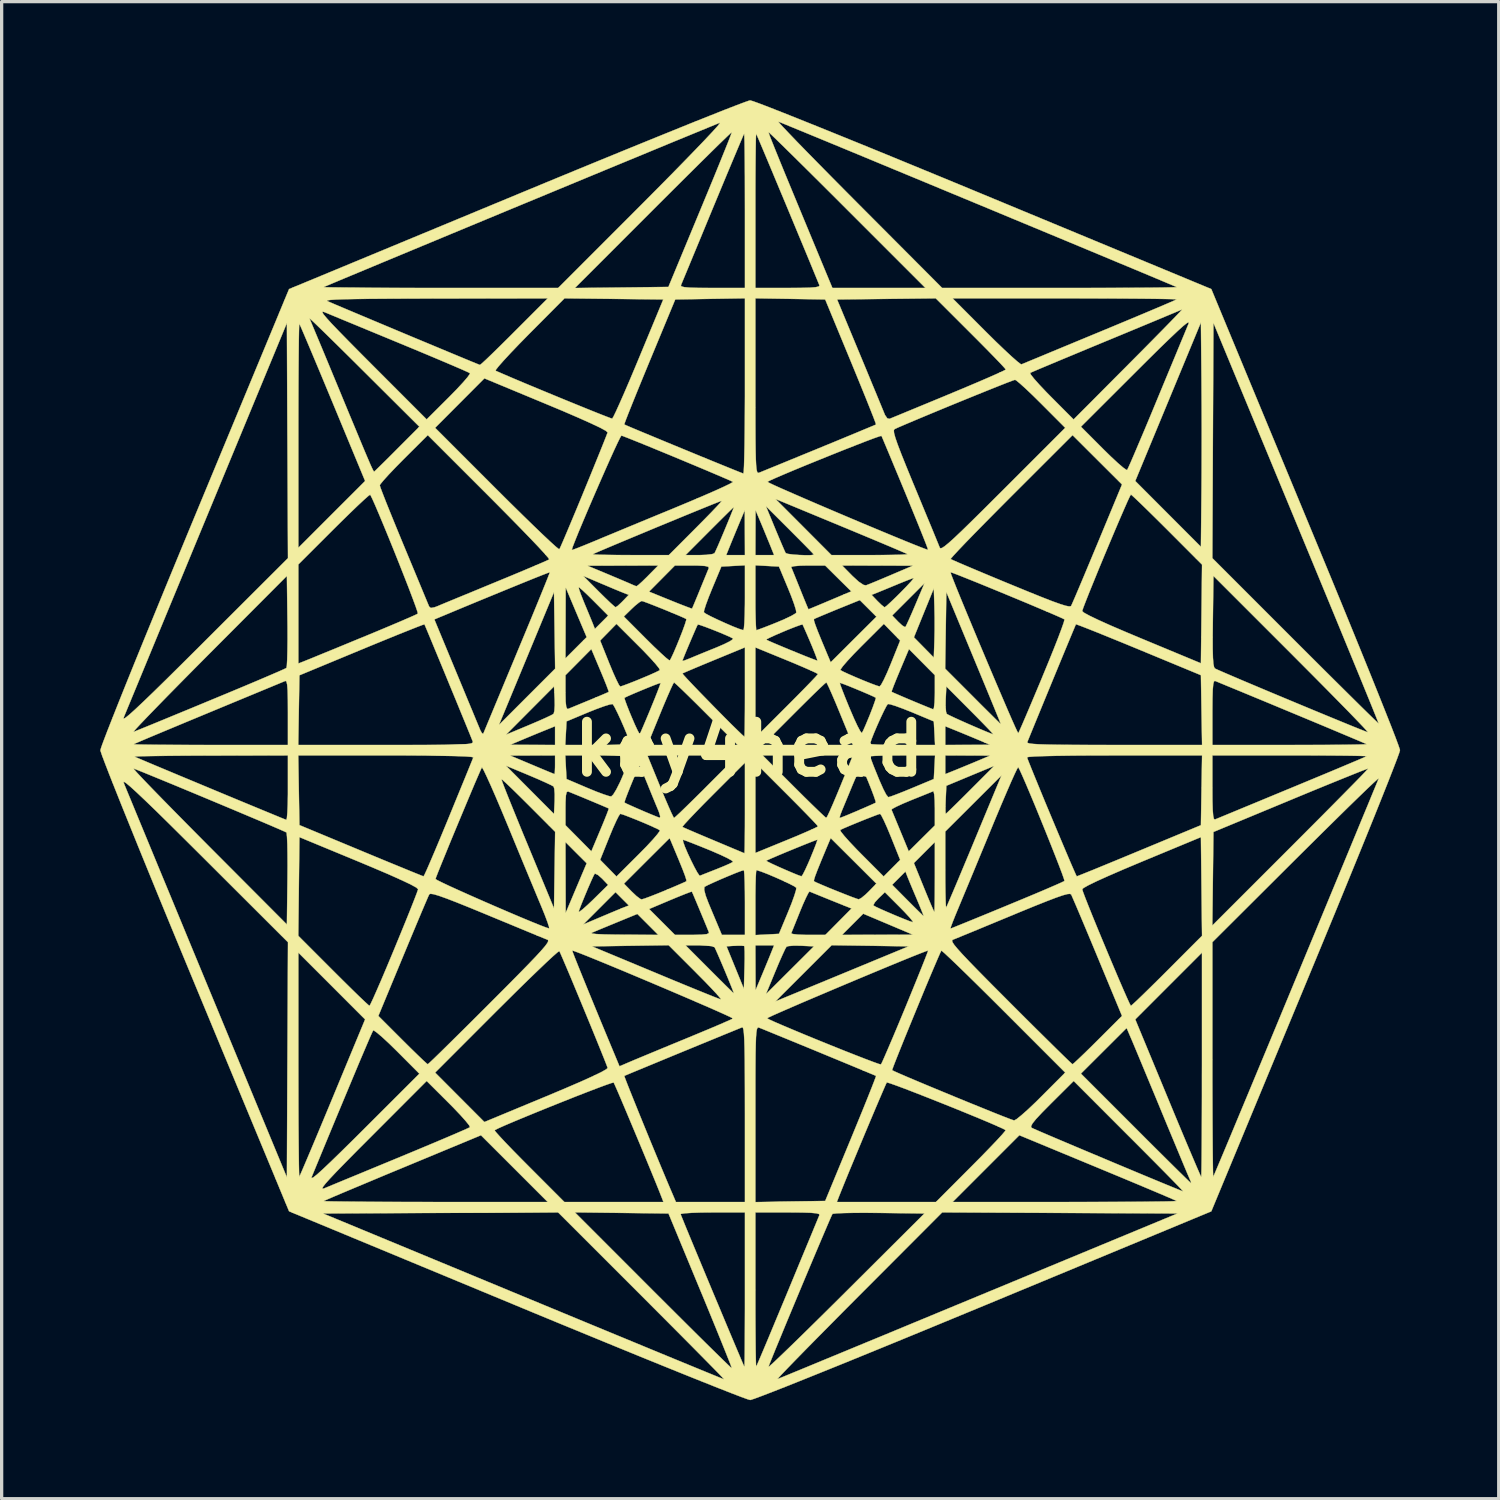
<source format=kicad_pcb>
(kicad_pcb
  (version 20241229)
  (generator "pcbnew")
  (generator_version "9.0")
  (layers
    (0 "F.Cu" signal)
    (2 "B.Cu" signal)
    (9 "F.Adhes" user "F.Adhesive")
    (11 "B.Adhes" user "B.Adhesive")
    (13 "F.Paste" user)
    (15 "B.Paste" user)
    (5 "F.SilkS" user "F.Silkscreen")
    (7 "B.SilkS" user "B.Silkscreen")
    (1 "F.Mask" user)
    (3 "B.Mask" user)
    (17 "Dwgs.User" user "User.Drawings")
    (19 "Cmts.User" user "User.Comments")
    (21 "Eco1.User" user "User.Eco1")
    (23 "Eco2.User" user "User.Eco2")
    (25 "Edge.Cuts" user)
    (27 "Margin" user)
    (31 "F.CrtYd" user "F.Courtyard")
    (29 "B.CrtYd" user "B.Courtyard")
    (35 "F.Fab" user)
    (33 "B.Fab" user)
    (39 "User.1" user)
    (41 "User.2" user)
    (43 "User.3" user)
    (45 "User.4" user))
  (footprint "key4head"
    (layer "F.Cu")
    (at 19.745 19.746)
    (property "Reference" "key4head" (at 0 0 0) (layer "F.SilkS") (effects (font (size 1.524 1.524) (thickness 0.3))))
    (attr through_hole)
    (fp_poly (pts (xy 0.116 -19.717) (xy 0.31 -19.647) (xy 0.608 -19.533) (xy 1.002 -19.378) (xy 1.487 -19.185) (xy 2.055 -18.957) (xy 2.7 -18.696) (xy 3.415 -18.406) (xy 4.193 -18.088) (xy 5.027 -17.745) (xy 5.911 -17.381) (xy 6.837 -16.998) (xy 7.143 -16.871) (xy 14.064 -14) (xy 16.934 -7.08) (xy 17.318 -6.153) (xy 17.685 -5.265) (xy 18.032 -4.421) (xy 18.356 -3.629) (xy 18.655 -2.895) (xy 18.926 -2.227) (xy 19.165 -1.632) (xy 19.371 -1.116) (xy 19.541 -0.687) (xy 19.671 -0.351) (xy 19.758 -0.116) (xy 19.801 0.012) (xy 19.805 0.032) (xy 19.781 0.115) (xy 19.711 0.308) (xy 19.597 0.604) (xy 19.444 0.995) (xy 19.253 1.475) (xy 19.028 2.037) (xy 18.771 2.672) (xy 18.485 3.375) (xy 18.173 4.138) (xy 17.839 4.953) (xy 17.484 5.814) (xy 17.112 6.713) (xy 16.934 7.143) (xy 14.064 14.064) (xy 7.143 16.935) (xy 6.204 17.323) (xy 5.306 17.694) (xy 4.455 18.044) (xy 3.658 18.37) (xy 2.923 18.67) (xy 2.255 18.94) (xy 1.661 19.179) (xy 1.149 19.384) (xy 0.724 19.551) (xy 0.394 19.678) (xy 0.166 19.763) (xy 0.046 19.802) (xy 0.032 19.804) (xy -0.051 19.78) (xy -0.243 19.71) (xy -0.538 19.597) (xy -0.928 19.444) (xy -1.406 19.254) (xy -1.964 19.03) (xy -2.595 18.775) (xy -3.292 18.492) (xy -4.047 18.183) (xy -4.853 17.852) (xy -5.702 17.503) (xy -6.588 17.137) (xy -7.079 16.933) (xy -13.839 14.129) (xy -12.967 14.129) (xy -6.881 16.651) (xy -6.046 16.997) (xy -5.244 17.329) (xy -4.483 17.644) (xy -3.771 17.938) (xy -3.116 18.209) (xy -2.525 18.453) (xy -2.006 18.667) (xy -1.566 18.848) (xy -1.215 18.992) (xy -0.959 19.097) (xy -0.805 19.159) (xy -0.762 19.175) (xy -0.769 19.168) (xy 0.864 19.168) (xy 0.931 19.141) (xy 1.108 19.069) (xy 1.386 18.954) (xy 1.758 18.801) (xy 2.216 18.611) (xy 2.752 18.39) (xy 3.358 18.139) (xy 4.027 17.863) (xy 4.75 17.563) (xy 5.52 17.244) (xy 6.328 16.909) (xy 6.985 16.637) (xy 13.036 14.129) (xy 5.875 14.096) (xy 3.334 16.643) (xy 2.868 17.111) (xy 2.433 17.551) (xy 2.034 17.954) (xy 1.682 18.312) (xy 1.382 18.619) (xy 1.144 18.865) (xy 0.974 19.043) (xy 0.88 19.146) (xy 0.864 19.168) (xy -0.769 19.168) (xy -0.8 19.132) (xy -0.919 19.007) (xy -1.113 18.809) (xy -1.374 18.544) (xy -1.692 18.222) (xy -2.061 17.85) (xy -2.473 17.436) (xy -2.92 16.988) (xy -3.271 16.636) (xy -5.812 14.096) (xy -9.389 14.112) (xy -12.967 14.129) (xy -13.839 14.129) (xy -13.92 14.095) (xy -5.302 14.095) (xy -2.924 16.475) (xy -2.471 16.927) (xy -2.045 17.351) (xy -1.656 17.738) (xy -1.311 18.079) (xy -1.018 18.367) (xy -0.786 18.594) (xy -0.624 18.75) (xy -0.538 18.829) (xy -0.528 18.837) (xy -0.547 18.776) (xy -0.611 18.611) (xy -0.713 18.354) (xy -0.849 18.017) (xy -1.013 17.613) (xy -1.201 17.154) (xy -1.407 16.653) (xy -1.482 16.474) (xy -2.444 14.151) (xy -2.085 14.151) (xy -2.024 14.301) (xy -1.927 14.54) (xy -1.798 14.852) (xy -1.645 15.221) (xy -1.473 15.634) (xy -1.29 16.074) (xy -1.101 16.527) (xy -0.912 16.977) (xy -0.731 17.41) (xy -0.563 17.81) (xy -0.415 18.161) (xy -0.293 18.45) (xy -0.204 18.66) (xy -0.153 18.777) (xy -0.144 18.796) (xy 0.588 18.796) (xy 0.625 18.771) (xy 0.744 18.664) (xy 0.936 18.482) (xy 1.194 18.234) (xy 1.509 17.928) (xy 1.873 17.571) (xy 2.279 17.171) (xy 2.718 16.736) (xy 2.945 16.51) (xy 5.335 14.129) (xy 3.958 14.112) (xy 3.552 14.109) (xy 3.189 14.11) (xy 2.888 14.116) (xy 2.669 14.125) (xy 2.55 14.138) (xy 2.535 14.143) (xy 2.504 14.208) (xy 2.431 14.374) (xy 2.323 14.627) (xy 2.185 14.951) (xy 2.024 15.331) (xy 1.847 15.751) (xy 1.66 16.196) (xy 1.47 16.651) (xy 1.283 17.099) (xy 1.105 17.527) (xy 0.944 17.918) (xy 0.804 18.256) (xy 0.694 18.528) (xy 0.618 18.716) (xy 0.588 18.796) (xy -0.144 18.796) (xy -0.14 18.735) (xy -0.136 18.561) (xy -0.133 18.287) (xy -0.131 17.929) (xy -0.129 17.5) (xy -0.127 17.013) (xy -0.127 16.483) (xy -0.127 16.447) (xy -0.127 14.097) (xy 0.191 14.097) (xy 0.191 16.457) (xy 0.191 16.989) (xy 0.193 17.478) (xy 0.196 17.909) (xy 0.199 18.27) (xy 0.204 18.547) (xy 0.209 18.725) (xy 0.214 18.791) (xy 0.215 18.791) (xy 0.244 18.728) (xy 0.316 18.561) (xy 0.426 18.302) (xy 0.568 17.965) (xy 0.736 17.561) (xy 0.926 17.105) (xy 1.133 16.609) (xy 1.174 16.51) (xy 1.383 16.005) (xy 1.577 15.535) (xy 1.752 15.114) (xy 1.901 14.755) (xy 2.018 14.471) (xy 2.099 14.275) (xy 2.138 14.181) (xy 2.14 14.176) (xy 2.125 14.145) (xy 2.04 14.123) (xy 1.872 14.108) (xy 1.606 14.1) (xy 1.229 14.097) (xy 1.182 14.097) (xy 0.191 14.097) (xy -0.127 14.097) (xy -1.117 14.097) (xy -1.453 14.1) (xy -1.737 14.109) (xy -1.949 14.123) (xy -2.068 14.14) (xy -2.085 14.151) (xy -2.444 14.151) (xy -2.453 14.129) (xy -3.878 14.112) (xy -5.302 14.095) (xy -13.92 14.095) (xy -13.999 14.062) (xy -14.128 13.752) (xy -12.947 13.752) (xy -12.891 13.757) (xy -12.719 13.762) (xy -12.444 13.766) (xy -12.075 13.77) (xy -11.625 13.774) (xy -11.106 13.776) (xy -10.528 13.778) (xy -9.904 13.779) (xy -9.552 13.78) (xy -6.128 13.78) (xy -7.144 12.764) (xy -8.16 11.749) (xy -10.54 12.737) (xy -11.057 12.951) (xy -11.536 13.152) (xy -11.966 13.332) (xy -12.333 13.486) (xy -12.626 13.61) (xy -12.831 13.699) (xy -12.936 13.746) (xy -12.947 13.752) (xy -14.128 13.752) (xy -14.288 13.366) (xy -12.988 13.366) (xy -12.963 13.375) (xy -12.922 13.362) (xy -12.804 13.313) (xy -12.585 13.222) (xy -12.279 13.095) (xy -11.902 12.94) (xy -11.47 12.761) (xy -10.998 12.566) (xy -10.604 12.403) (xy -10.123 12.203) (xy -9.679 12.017) (xy -9.285 11.851) (xy -8.956 11.711) (xy -8.706 11.602) (xy -8.694 11.597) (xy -7.744 11.597) (xy -7.709 11.648) (xy -7.596 11.775) (xy -7.417 11.967) (xy -7.183 12.21) (xy -6.906 12.492) (xy -6.697 12.702) (xy -5.621 13.78) (xy -2.607 13.78) (xy -2.662 13.637) (xy -2.737 13.446) (xy -2.845 13.179) (xy -2.979 12.852) (xy -3.131 12.483) (xy -3.294 12.09) (xy -3.461 11.691) (xy -3.624 11.302) (xy -3.775 10.943) (xy -3.908 10.629) (xy -4.015 10.38) (xy -4.089 10.213) (xy -4.121 10.144) (xy -4.122 10.144) (xy -4.186 10.159) (xy -4.349 10.215) (xy -4.595 10.306) (xy -4.906 10.425) (xy -5.264 10.564) (xy -5.651 10.718) (xy -6.051 10.878) (xy -6.446 11.038) (xy -6.819 11.191) (xy -7.151 11.329) (xy -7.426 11.446) (xy -7.625 11.535) (xy -7.733 11.589) (xy -7.744 11.597) (xy -8.694 11.597) (xy -8.547 11.531) (xy -8.494 11.503) (xy -8.52 11.445) (xy -8.624 11.315) (xy -8.789 11.13) (xy -9.003 10.905) (xy -9.13 10.777) (xy -9.812 10.097) (xy -11.494 11.782) (xy -11.93 12.219) (xy -12.281 12.575) (xy -12.554 12.855) (xy -12.755 13.068) (xy -12.89 13.219) (xy -12.965 13.316) (xy -12.988 13.366) (xy -14.288 13.366) (xy -14.417 13.054) (xy -13.313 13.054) (xy -13.261 13.031) (xy -13.149 12.943) (xy -12.974 12.785) (xy -12.729 12.553) (xy -12.409 12.242) (xy -12.009 11.848) (xy -11.718 11.558) (xy -10.034 9.876) (xy -10.067 9.842) (xy -9.555 9.842) (xy -8.055 11.346) (xy -6.171 10.564) (xy -5.6 10.324) (xy -5.127 10.12) (xy -4.758 9.953) (xy -4.736 9.943) (xy -3.798 9.943) (xy -3.779 10.001) (xy -3.718 10.161) (xy -3.622 10.404) (xy -3.497 10.715) (xy -3.351 11.077) (xy -3.19 11.472) (xy -3.021 11.885) (xy -2.85 12.299) (xy -2.685 12.697) (xy -2.532 13.063) (xy -2.399 13.379) (xy -2.356 13.478) (xy -2.227 13.78) (xy -0.127 13.78) (xy -0.127 11.107) (xy 0.191 11.107) (xy 0.191 13.783) (xy 0.378 13.78) (xy 2.67 13.78) (xy 5.685 13.78) (xy 6.192 13.78) (xy 9.615 13.78) (xy 10.26 13.779) (xy 10.864 13.777) (xy 11.416 13.775) (xy 11.905 13.772) (xy 12.318 13.767) (xy 12.645 13.763) (xy 12.874 13.758) (xy 12.993 13.752) (xy 13.008 13.749) (xy 12.945 13.719) (xy 12.776 13.645) (xy 12.516 13.534) (xy 12.175 13.39) (xy 11.768 13.219) (xy 11.306 13.026) (xy 10.802 12.817) (xy 10.6 12.733) (xy 8.223 11.748) (xy 6.192 13.78) (xy 5.685 13.78) (xy 6.76 12.702) (xy 7.059 12.401) (xy 7.323 12.129) (xy 7.541 11.9) (xy 7.701 11.726) (xy 7.79 11.62) (xy 7.804 11.593) (xy 7.728 11.551) (xy 7.56 11.474) (xy 8.579 11.474) (xy 8.592 11.519) (xy 8.594 11.52) (xy 8.666 11.554) (xy 8.839 11.63) (xy 9.098 11.741) (xy 9.427 11.881) (xy 9.81 12.043) (xy 10.232 12.221) (xy 10.678 12.408) (xy 11.131 12.599) (xy 11.576 12.785) (xy 11.997 12.961) (xy 12.38 13.12) (xy 12.708 13.256) (xy 12.965 13.361) (xy 13.137 13.431) (xy 13.208 13.457) (xy 13.171 13.415) (xy 13.055 13.293) (xy 12.868 13.101) (xy 12.62 12.848) (xy 12.32 12.545) (xy 11.978 12.201) (xy 11.604 11.826) (xy 11.557 11.78) (xy 9.876 10.097) (xy 9.19 10.779) (xy 8.919 11.053) (xy 8.733 11.252) (xy 8.623 11.389) (xy 8.579 11.474) (xy 7.56 11.474) (xy 7.555 11.472) (xy 7.301 11.362) (xy 6.984 11.229) (xy 6.622 11.08) (xy 6.232 10.921) (xy 5.832 10.761) (xy 5.439 10.605) (xy 5.071 10.461) (xy 4.745 10.335) (xy 4.479 10.236) (xy 4.29 10.169) (xy 4.195 10.142) (xy 4.188 10.143) (xy 4.156 10.209) (xy 4.084 10.374) (xy 3.978 10.621) (xy 3.845 10.933) (xy 3.694 11.291) (xy 3.531 11.678) (xy 3.365 12.077) (xy 3.202 12.469) (xy 3.049 12.837) (xy 2.915 13.164) (xy 2.807 13.431) (xy 2.731 13.621) (xy 2.725 13.637) (xy 2.67 13.78) (xy 0.378 13.78) (xy 1.253 13.765) (xy 2.315 13.748) (xy 3.099 11.852) (xy 3.287 11.394) (xy 3.459 10.974) (xy 3.607 10.607) (xy 3.726 10.308) (xy 3.811 10.089) (xy 3.856 9.966) (xy 3.862 9.943) (xy 3.801 9.916) (xy 3.64 9.849) (xy 3.449 9.769) (xy 4.352 9.769) (xy 4.419 9.803) (xy 4.586 9.877) (xy 4.836 9.985) (xy 5.151 10.118) (xy 5.514 10.27) (xy 5.908 10.433) (xy 6.314 10.601) (xy 6.717 10.766) (xy 7.097 10.92) (xy 7.437 11.058) (xy 7.721 11.171) (xy 7.931 11.252) (xy 8.048 11.294) (xy 8.066 11.298) (xy 8.141 11.257) (xy 8.287 11.139) (xy 8.488 10.961) (xy 8.725 10.736) (xy 8.89 10.572) (xy 9.588 9.873) (xy 10.096 9.873) (xy 11.763 11.54) (xy 12.14 11.918) (xy 12.489 12.265) (xy 12.799 12.573) (xy 13.06 12.831) (xy 13.262 13.029) (xy 13.395 13.158) (xy 13.449 13.208) (xy 13.449 13.208) (xy 13.445 13.168) (xy 13.441 13.16) (xy 13.411 13.092) (xy 13.338 12.921) (xy 13.228 12.66) (xy 13.088 12.323) (xy 12.922 11.924) (xy 12.736 11.478) (xy 12.585 11.113) (xy 12.383 10.624) (xy 12.19 10.16) (xy 12.014 9.736) (xy 11.862 9.37) (xy 11.74 9.078) (xy 11.655 8.875) (xy 11.622 8.799) (xy 11.488 8.485) (xy 10.096 9.873) (xy 9.588 9.873) (xy 9.619 9.842) (xy 7.749 7.971) (xy 7.349 7.572) (xy 6.976 7.203) (xy 6.641 6.874) (xy 6.353 6.594) (xy 6.121 6.372) (xy 5.955 6.217) (xy 5.864 6.138) (xy 5.85 6.131) (xy 5.816 6.197) (xy 5.743 6.363) (xy 5.637 6.61) (xy 5.505 6.921) (xy 5.355 7.279) (xy 5.195 7.667) (xy 5.03 8.067) (xy 4.868 8.462) (xy 4.716 8.834) (xy 4.582 9.167) (xy 4.472 9.443) (xy 4.394 9.644) (xy 4.355 9.754) (xy 4.352 9.769) (xy 3.449 9.769) (xy 3.396 9.747) (xy 3.088 9.619) (xy 2.733 9.472) (xy 2.348 9.313) (xy 1.952 9.149) (xy 1.56 8.988) (xy 1.193 8.837) (xy 0.865 8.703) (xy 0.597 8.593) (xy 0.404 8.514) (xy 0.305 8.475) (xy 0.302 8.473) (xy 0.274 8.469) (xy 0.252 8.486) (xy 0.234 8.536) (xy 0.22 8.629) (xy 0.209 8.776) (xy 0.202 8.988) (xy 0.196 9.277) (xy 0.193 9.653) (xy 0.191 10.128) (xy 0.191 10.713) (xy 0.191 11.107) (xy -0.127 11.107) (xy -0.127 11.106) (xy -0.128 10.438) (xy -0.13 9.888) (xy -0.133 9.444) (xy -0.139 9.098) (xy -0.147 8.838) (xy -0.158 8.654) (xy -0.172 8.538) (xy -0.189 8.477) (xy -0.21 8.464) (xy -0.212 8.464) (xy -0.306 8.502) (xy -0.494 8.579) (xy -0.759 8.687) (xy -1.084 8.821) (xy -1.45 8.971) (xy -1.841 9.132) (xy -2.24 9.296) (xy -2.627 9.456) (xy -2.987 9.605) (xy -3.301 9.735) (xy -3.553 9.839) (xy -3.724 9.911) (xy -3.797 9.942) (xy -3.798 9.943) (xy -4.736 9.943) (xy -4.495 9.826) (xy -4.344 9.74) (xy -4.305 9.701) (xy -4.335 9.617) (xy -4.406 9.436) (xy -4.511 9.175) (xy -4.641 8.854) (xy -4.79 8.489) (xy -4.951 8.098) (xy -5.116 7.699) (xy -5.277 7.311) (xy -5.427 6.95) (xy -5.56 6.636) (xy -5.667 6.385) (xy -5.741 6.215) (xy -5.774 6.145) (xy -5.775 6.145) (xy -5.826 6.178) (xy -5.958 6.293) (xy -6.16 6.48) (xy -6.422 6.73) (xy -6.736 7.033) (xy -7.092 7.382) (xy -7.48 7.767) (xy -7.685 7.97) (xy -9.555 9.842) (xy -10.067 9.842) (xy -10.714 9.193) (xy -10.952 8.96) (xy -11.16 8.767) (xy -11.321 8.63) (xy -11.418 8.561) (xy -11.439 8.558) (xy -11.474 8.628) (xy -11.555 8.81) (xy -11.679 9.1) (xy -11.846 9.492) (xy -12.051 9.982) (xy -12.294 10.564) (xy -12.573 11.233) (xy -12.884 11.983) (xy -13.226 12.811) (xy -13.311 13.018) (xy -13.313 13.054) (xy -14.417 13.054) (xy -16.87 7.142) (xy -17.251 6.222) (xy -17.616 5.338) (xy -17.962 4.497) (xy -18.285 3.707) (xy -18.584 2.974) (xy -18.854 2.306) (xy -19.095 1.71) (xy -19.301 1.193) (xy -19.375 1.007) (xy -19.037 1.007) (xy -19.034 1.016) (xy -18.998 1.105) (xy -18.917 1.303) (xy -18.793 1.602) (xy -18.632 1.993) (xy -18.435 2.469) (xy -18.207 3.021) (xy -17.951 3.641) (xy -17.669 4.321) (xy -17.367 5.052) (xy -17.047 5.827) (xy -16.712 6.636) (xy -16.506 7.134) (xy -14.065 13.03) (xy -14.05 9.615) (xy -13.716 9.615) (xy -13.715 10.26) (xy -13.714 10.864) (xy -13.712 11.417) (xy -13.708 11.905) (xy -13.704 12.318) (xy -13.7 12.645) (xy -13.695 12.875) (xy -13.69 12.994) (xy -13.687 13.009) (xy -13.657 12.946) (xy -13.584 12.778) (xy -13.473 12.518) (xy -13.329 12.178) (xy -13.158 11.771) (xy -12.965 11.309) (xy -12.755 10.805) (xy -12.671 10.602) (xy -11.685 8.223) (xy -11.791 8.118) (xy -11.282 8.118) (xy -10.547 8.853) (xy -10.299 9.099) (xy -10.082 9.31) (xy -9.913 9.472) (xy -9.807 9.568) (xy -9.779 9.588) (xy -9.729 9.545) (xy -9.598 9.421) (xy -9.397 9.226) (xy -9.135 8.968) (xy -8.821 8.658) (xy -8.465 8.305) (xy -8.077 7.918) (xy -7.877 7.718) (xy -7.412 7.252) (xy -7.031 6.867) (xy -6.727 6.556) (xy -6.492 6.311) (xy -6.324 6.128) (xy -5.382 6.128) (xy -5.363 6.188) (xy -5.3 6.352) (xy -5.198 6.608) (xy -5.062 6.944) (xy -4.898 7.347) (xy -4.71 7.805) (xy -4.504 8.305) (xy -4.284 8.835) (xy -4.056 9.382) (xy -4.03 9.445) (xy -3.944 9.651) (xy -3.639 9.52) (xy -3.493 9.458) (xy -3.25 9.357) (xy -2.932 9.225) (xy -2.561 9.071) (xy -2.156 8.904) (xy -1.937 8.814) (xy -1.542 8.65) (xy -1.187 8.502) (xy -0.888 8.375) (xy -0.662 8.276) (xy -0.526 8.215) (xy -0.494 8.197) (xy -0.506 8.189) (xy 0.548 8.189) (xy 0.622 8.23) (xy 0.793 8.308) (xy 1.044 8.416) (xy 1.357 8.548) (xy 1.714 8.697) (xy 2.097 8.854) (xy 2.489 9.013) (xy 2.87 9.166) (xy 3.225 9.306) (xy 3.534 9.426) (xy 3.78 9.519) (xy 3.945 9.578) (xy 4.011 9.594) (xy 4.011 9.594) (xy 4.046 9.528) (xy 4.121 9.359) (xy 4.232 9.103) (xy 4.372 8.775) (xy 4.535 8.388) (xy 4.713 7.96) (xy 4.759 7.849) (xy 4.937 7.414) (xy 5.098 7.019) (xy 5.235 6.679) (xy 5.343 6.408) (xy 5.415 6.222) (xy 5.446 6.134) (xy 5.446 6.129) (xy 5.384 6.147) (xy 5.22 6.21) (xy 4.97 6.309) (xy 4.648 6.44) (xy 4.269 6.596) (xy 3.848 6.771) (xy 3.4 6.958) (xy 2.938 7.152) (xy 2.479 7.346) (xy 2.036 7.534) (xy 1.624 7.709) (xy 1.259 7.867) (xy 0.954 8) (xy 0.724 8.102) (xy 0.585 8.167) (xy 0.548 8.189) (xy -0.506 8.189) (xy -0.542 8.167) (xy -0.694 8.095) (xy -0.933 7.987) (xy -1.246 7.849) (xy -1.618 7.688) (xy -1.644 7.676) (xy 0.801 7.676) (xy 2.827 6.839) (xy 4.853 6.001) (xy 3.682 5.983) (xy 2.512 5.966) (xy 1.657 6.821) (xy 0.801 7.676) (xy -1.644 7.676) (xy -2.033 7.509) (xy -2.478 7.319) (xy -2.938 7.124) (xy -3.398 6.93) (xy -3.843 6.743) (xy -4.258 6.571) (xy -4.63 6.418) (xy -4.943 6.291) (xy -5.182 6.197) (xy -5.334 6.141) (xy -5.382 6.128) (xy -6.324 6.128) (xy -6.32 6.124) (xy -6.215 6.001) (xy -4.782 6.001) (xy -2.851 6.805) (xy -2.386 6.999) (xy -1.957 7.176) (xy -1.578 7.331) (xy -1.265 7.458) (xy -1.032 7.551) (xy -0.892 7.604) (xy -0.858 7.615) (xy -0.88 7.574) (xy -0.98 7.458) (xy -0.983 7.455) (xy 0.512 7.455) (xy 1.972 6.001) (xy 1.58 5.982) (xy 1.365 5.979) (xy 1.203 5.992) (xy 1.137 6.013) (xy 1.094 6.089) (xy 1.015 6.258) (xy 0.911 6.493) (xy 0.799 6.76) (xy 0.512 7.455) (xy -0.983 7.455) (xy -1.145 7.281) (xy -1.362 7.055) (xy -1.619 6.796) (xy -1.621 6.793) (xy -2.445 5.969) (xy -1.935 5.969) (xy -1.206 6.699) (xy -0.961 6.944) (xy -0.75 7.154) (xy -0.587 7.314) (xy -0.488 7.41) (xy -0.465 7.429) (xy -0.483 7.375) (xy -0.541 7.226) (xy -0.63 7.007) (xy -0.734 6.756) (xy -0.849 6.484) (xy -0.948 6.254) (xy -1.02 6.092) (xy -1.052 6.026) (xy -1.119 6.001) (xy -0.687 6.001) (xy -0.423 6.647) (xy -0.159 7.293) (xy -0.141 6.654) (xy -0.135 6.383) (xy -0.136 6.164) (xy -0.143 6.024) (xy -0.15 5.989) (xy -0.225 5.976) (xy -0.377 5.977) (xy -0.432 5.981) (xy -0.687 6.001) (xy -1.119 6.001) (xy -1.129 5.997) (xy -1.296 5.977) (xy -1.511 5.969) (xy 0.191 5.969) (xy 0.196 7.334) (xy 0.357 6.953) (xy 0.466 6.692) (xy 0.577 6.423) (xy 0.639 6.271) (xy 0.76 5.969) (xy 0.191 5.969) (xy -1.511 5.969) (xy -1.935 5.969) (xy -2.445 5.969) (xy -2.448 5.966) (xy -3.615 5.983) (xy -4.782 6.001) (xy -6.215 6.001) (xy -6.204 5.988) (xy -6.137 5.895) (xy -6.112 5.837) (xy -6.116 5.824) (xy 6.175 5.824) (xy 6.188 5.872) (xy 6.24 5.953) (xy 6.34 6.074) (xy 6.493 6.244) (xy 6.706 6.469) (xy 6.987 6.758) (xy 7.342 7.118) (xy 7.779 7.556) (xy 7.94 7.718) (xy 8.341 8.119) (xy 8.714 8.49) (xy 9.05 8.822) (xy 9.338 9.106) (xy 9.57 9.333) (xy 9.736 9.494) (xy 9.827 9.578) (xy 9.841 9.588) (xy 9.894 9.546) (xy 10.021 9.428) (xy 10.207 9.25) (xy 10.435 9.027) (xy 10.61 8.853) (xy 11.241 8.223) (xy 11.75 8.223) (xy 12.743 10.62) (xy 12.957 11.138) (xy 13.157 11.617) (xy 13.337 12.046) (xy 13.492 12.411) (xy 13.616 12.702) (xy 13.704 12.904) (xy 13.751 13.007) (xy 13.757 13.018) (xy 13.761 12.956) (xy 13.765 12.779) (xy 13.769 12.498) (xy 13.772 12.125) (xy 13.775 11.672) (xy 13.777 11.149) (xy 13.779 10.569) (xy 13.779 9.943) (xy 13.78 9.605) (xy 13.78 6.192) (xy 12.765 7.207) (xy 11.75 8.223) (xy 11.241 8.223) (xy 11.347 8.118) (xy 10.599 6.315) (xy 10.411 5.863) (xy 10.237 5.447) (xy 10.083 5.081) (xy 9.956 4.781) (xy 9.862 4.563) (xy 9.808 4.44) (xy 9.799 4.421) (xy 9.763 4.403) (xy 9.682 4.41) (xy 9.545 4.447) (xy 9.34 4.518) (xy 9.057 4.626) (xy 8.683 4.775) (xy 8.207 4.97) (xy 8.033 5.043) (xy 7.59 5.226) (xy 7.182 5.395) (xy 6.823 5.544) (xy 6.53 5.664) (xy 6.319 5.751) (xy 6.205 5.797) (xy 6.195 5.801) (xy 6.175 5.824) (xy -6.116 5.824) (xy -6.121 5.806) (xy -6.131 5.801) (xy -6.22 5.765) (xy -6.41 5.687) (xy -6.648 5.589) (xy -4.794 5.589) (xy -4.783 5.609) (xy -4.655 5.626) (xy -4.419 5.638) (xy -4.086 5.645) (xy -3.843 5.647) (xy -2.764 5.652) (xy -3.401 5.014) (xy -4.034 5.274) (xy -4.308 5.387) (xy -4.548 5.486) (xy -4.724 5.56) (xy -4.794 5.589) (xy -6.648 5.589) (xy -6.685 5.574) (xy -7.03 5.431) (xy -7.428 5.266) (xy -7.864 5.086) (xy -7.969 5.042) (xy -8.486 4.829) (xy -8.896 4.664) (xy -9.212 4.542) (xy -9.443 4.46) (xy -9.6 4.414) (xy -9.693 4.401) (xy -9.733 4.416) (xy -9.733 4.417) (xy -9.769 4.495) (xy -9.847 4.676) (xy -9.961 4.944) (xy -10.104 5.284) (xy -10.27 5.681) (xy -10.453 6.12) (xy -10.532 6.31) (xy -11.282 8.118) (xy -11.791 8.118) (xy -12.701 7.207) (xy -13.716 6.192) (xy -13.716 9.615) (xy -14.05 9.615) (xy -14.049 9.453) (xy -14.032 5.875) (xy -14.228 5.68) (xy -13.718 5.68) (xy -12.654 6.745) (xy -12.354 7.044) (xy -12.083 7.311) (xy -11.855 7.533) (xy -11.682 7.697) (xy -11.577 7.792) (xy -11.552 7.811) (xy -11.519 7.754) (xy -11.444 7.595) (xy -11.334 7.347) (xy -11.194 7.025) (xy -11.032 6.643) (xy -10.854 6.217) (xy -10.797 6.08) (xy -10.615 5.638) (xy -10.449 5.232) (xy -10.306 4.877) (xy -10.192 4.588) (xy -10.113 4.382) (xy -10.075 4.273) (xy -10.073 4.262) (xy -10.129 4.21) (xy -10.302 4.115) (xy -10.589 3.979) (xy -10.651 3.951) (xy -9.543 3.951) (xy -9.49 3.986) (xy -9.337 4.062) (xy -9.102 4.173) (xy -8.802 4.309) (xy -8.456 4.464) (xy -8.079 4.63) (xy -7.691 4.799) (xy -7.307 4.964) (xy -6.947 5.117) (xy -6.627 5.25) (xy -6.365 5.356) (xy -6.179 5.427) (xy -6.085 5.456) (xy -6.084 5.456) (xy -6.09 5.404) (xy -6.112 5.335) (xy -5.048 5.335) (xy -4.508 5.106) (xy -4.25 4.997) (xy -4.02 4.901) (xy -3.929 4.864) (xy -3.043 4.864) (xy -2.256 5.652) (xy -1.724 5.652) (xy -1.453 5.647) (xy -1.292 5.63) (xy -1.226 5.599) (xy -1.224 5.572) (xy -1.283 5.426) (xy -1.368 5.22) (xy -1.466 4.985) (xy -1.564 4.75) (xy -1.651 4.543) (xy -1.714 4.395) (xy -1.742 4.335) (xy -1.742 4.335) (xy -1.802 4.352) (xy -1.954 4.41) (xy -2.175 4.499) (xy -2.399 4.592) (xy -3.043 4.864) (xy -3.929 4.864) (xy -3.855 4.833) (xy -3.814 4.817) (xy -3.659 4.757) (xy -3.862 4.554) (xy -4.065 4.351) (xy -4.556 4.843) (xy -5.048 5.335) (xy -6.112 5.335) (xy -6.138 5.257) (xy -6.22 5.039) (xy -6.326 4.778) (xy -6.426 4.54) (xy -6.564 4.207) (xy -6.733 3.801) (xy -6.922 3.345) (xy -7.122 2.861) (xy -7.323 2.372) (xy -7.352 2.303) (xy -7.537 1.859) (xy -7.707 1.459) (xy -7.857 1.115) (xy -7.949 0.913) (xy -7.538 0.913) (xy -7.519 0.974) (xy -7.457 1.138) (xy -7.357 1.393) (xy -7.224 1.723) (xy -7.065 2.115) (xy -6.885 2.556) (xy -6.747 2.888) (xy -5.937 4.845) (xy -5.92 3.679) (xy -5.907 2.827) (xy -5.588 2.827) (xy -5.585 3.906) (xy -5.582 4.985) (xy -5.564 4.942) (xy -5.187 4.942) (xy -5.161 4.945) (xy -5.063 4.871) (xy -4.909 4.734) (xy -4.757 4.59) (xy -4.291 4.131) (xy -4.328 4.092) (xy -3.808 4.092) (xy -3.574 4.332) (xy -3.43 4.468) (xy -3.315 4.555) (xy -3.273 4.572) (xy -3.19 4.549) (xy -3.018 4.486) (xy -2.783 4.394) (xy -2.572 4.308) (xy -2.508 4.281) (xy -1.367 4.281) (xy -1.322 4.457) (xy -1.237 4.681) (xy -1.128 4.942) (xy -1.02 5.199) (xy -0.943 5.382) (xy -0.83 5.652) (xy -0.127 5.652) (xy -0.127 4.67) (xy 0.191 4.67) (xy 0.191 5.658) (xy 0.55 5.639) (xy 0.909 5.62) (xy 0.916 5.603) (xy 1.281 5.603) (xy 1.329 5.625) (xy 1.477 5.642) (xy 1.696 5.651) (xy 1.79 5.652) (xy 2.321 5.652) (xy 2.827 5.652) (xy 3.906 5.649) (xy 4.985 5.646) (xy 4.547 5.461) (xy 6.125 5.461) (xy 6.187 5.438) (xy 6.351 5.372) (xy 6.603 5.27) (xy 6.928 5.137) (xy 7.311 4.98) (xy 7.738 4.804) (xy 7.851 4.757) (xy 8.288 4.576) (xy 8.686 4.41) (xy 9.028 4.265) (xy 10.136 4.265) (xy 10.162 4.348) (xy 10.229 4.526) (xy 10.33 4.783) (xy 10.458 5.101) (xy 10.606 5.462) (xy 10.766 5.848) (xy 10.931 6.243) (xy 11.094 6.629) (xy 11.246 6.988) (xy 11.382 7.303) (xy 11.494 7.557) (xy 11.573 7.731) (xy 11.614 7.808) (xy 11.617 7.811) (xy 11.67 7.767) (xy 11.8 7.647) (xy 11.994 7.46) (xy 12.238 7.221) (xy 12.521 6.942) (xy 12.718 6.745) (xy 13.588 5.873) (xy 14.097 5.873) (xy 14.097 9.456) (xy 14.097 10.116) (xy 14.099 10.736) (xy 14.101 11.305) (xy 14.104 11.811) (xy 14.107 12.242) (xy 14.111 12.589) (xy 14.115 12.84) (xy 14.12 12.982) (xy 14.123 13.012) (xy 14.151 12.951) (xy 14.223 12.781) (xy 14.338 12.508) (xy 14.492 12.142) (xy 14.681 11.69) (xy 14.902 11.159) (xy 15.153 10.558) (xy 15.429 9.894) (xy 15.728 9.176) (xy 16.046 8.41) (xy 16.38 7.605) (xy 16.637 6.985) (xy 16.981 6.154) (xy 17.312 5.356) (xy 17.626 4.598) (xy 17.92 3.888) (xy 18.191 3.234) (xy 18.435 2.644) (xy 18.649 2.125) (xy 18.831 1.687) (xy 18.975 1.336) (xy 19.081 1.081) (xy 19.143 0.93) (xy 19.159 0.889) (xy 19.122 0.915) (xy 19.003 1.023) (xy 18.81 1.205) (xy 18.551 1.455) (xy 18.233 1.764) (xy 17.865 2.126) (xy 17.454 2.531) (xy 17.008 2.973) (xy 16.645 3.333) (xy 14.097 5.873) (xy 13.588 5.873) (xy 13.782 5.68) (xy 13.778 5.366) (xy 14.095 5.366) (xy 16.475 2.987) (xy 16.927 2.534) (xy 17.351 2.109) (xy 17.738 1.719) (xy 18.079 1.374) (xy 18.367 1.082) (xy 18.594 0.85) (xy 18.75 0.687) (xy 18.829 0.602) (xy 18.837 0.591) (xy 18.776 0.611) (xy 18.611 0.674) (xy 18.354 0.777) (xy 18.017 0.913) (xy 17.613 1.077) (xy 17.154 1.265) (xy 16.654 1.472) (xy 16.474 1.547) (xy 14.129 2.52) (xy 14.112 3.943) (xy 14.095 5.366) (xy 13.778 5.366) (xy 13.748 2.677) (xy 11.938 3.428) (xy 11.389 3.659) (xy 10.933 3.857) (xy 10.574 4.019) (xy 10.318 4.144) (xy 10.171 4.228) (xy 10.136 4.265) (xy 9.028 4.265) (xy 9.03 4.264) (xy 9.305 4.145) (xy 9.497 4.06) (xy 9.59 4.015) (xy 9.596 4.011) (xy 9.58 3.947) (xy 9.523 3.784) (xy 9.43 3.539) (xy 9.31 3.231) (xy 9.17 2.877) (xy 9.017 2.495) (xy 8.858 2.104) (xy 8.701 1.72) (xy 8.552 1.363) (xy 8.419 1.049) (xy 8.309 0.797) (xy 8.23 0.624) (xy 8.189 0.548) (xy 8.189 0.548) (xy 8.157 0.596) (xy 8.084 0.747) (xy 7.975 0.988) (xy 7.837 1.306) (xy 7.675 1.685) (xy 7.496 2.112) (xy 7.416 2.305) (xy 7.215 2.793) (xy 7.014 3.278) (xy 6.823 3.74) (xy 6.651 4.154) (xy 6.507 4.499) (xy 6.402 4.752) (xy 6.391 4.778) (xy 6.28 5.045) (xy 6.193 5.263) (xy 6.139 5.409) (xy 6.125 5.461) (xy 4.547 5.461) (xy 3.472 5.007) (xy 2.827 5.652) (xy 2.321 5.652) (xy 2.719 5.25) (xy 3.116 4.849) (xy 2.85 4.742) (xy 3.781 4.742) (xy 3.784 4.757) (xy 3.857 4.798) (xy 4.017 4.873) (xy 4.23 4.966) (xy 4.464 5.066) (xy 4.688 5.158) (xy 4.869 5.229) (xy 4.974 5.264) (xy 4.984 5.266) (xy 4.969 5.227) (xy 4.879 5.117) (xy 4.729 4.955) (xy 4.589 4.812) (xy 4.131 4.354) (xy 3.939 4.538) (xy 3.829 4.658) (xy 3.781 4.742) (xy 2.85 4.742) (xy 2.496 4.6) (xy 2.237 4.495) (xy 2.023 4.408) (xy 1.881 4.35) (xy 1.838 4.332) (xy 1.801 4.38) (xy 1.729 4.523) (xy 1.633 4.736) (xy 1.551 4.934) (xy 1.446 5.195) (xy 1.359 5.411) (xy 1.3 5.557) (xy 1.281 5.603) (xy 0.916 5.603) (xy 1.186 4.955) (xy 1.295 4.684) (xy 1.378 4.452) (xy 1.428 4.287) (xy 1.436 4.218) (xy 1.373 4.173) (xy 1.222 4.095) (xy 1.015 3.997) (xy 0.984 3.983) (xy 1.973 3.983) (xy 1.973 4.02) (xy 2.05 4.059) (xy 2.214 4.13) (xy 2.434 4.223) (xy 2.682 4.323) (xy 2.926 4.42) (xy 3.137 4.502) (xy 3.285 4.555) (xy 3.337 4.57) (xy 3.415 4.529) (xy 3.545 4.422) (xy 3.638 4.332) (xy 3.838 4.127) (xy 4.353 4.127) (xy 4.826 4.604) (xy 5.021 4.799) (xy 5.179 4.955) (xy 5.282 5.054) (xy 5.311 5.08) (xy 5.293 5.026) (xy 5.235 4.881) (xy 5.149 4.672) (xy 5.1 4.556) (xy 4.992 4.301) (xy 4.897 4.074) (xy 4.831 3.913) (xy 4.817 3.878) (xy 4.757 3.723) (xy 4.555 3.925) (xy 4.353 4.127) (xy 3.838 4.127) (xy 3.872 4.092) (xy 3.177 3.399) (xy 2.482 2.707) (xy 2.363 2.988) (xy 2.198 3.385) (xy 2.08 3.676) (xy 2.006 3.872) (xy 1.973 3.983) (xy 0.984 3.983) (xy 0.783 3.894) (xy 0.556 3.798) (xy 0.366 3.725) (xy 0.242 3.686) (xy 0.222 3.683) (xy 0.211 3.743) (xy 0.202 3.908) (xy 0.195 4.157) (xy 0.191 4.469) (xy 0.191 4.67) (xy -0.127 4.67) (xy -0.127 4.667) (xy -0.129 4.33) (xy -0.135 4.042) (xy -0.144 3.826) (xy -0.155 3.703) (xy -0.162 3.683) (xy -0.244 3.707) (xy -0.41 3.77) (xy -0.626 3.859) (xy -0.86 3.958) (xy -1.081 4.056) (xy -1.256 4.137) (xy -1.353 4.188) (xy -1.36 4.194) (xy -1.367 4.281) (xy -2.508 4.281) (xy -2.311 4.198) (xy -2.097 4.106) (xy -1.955 4.043) (xy -1.91 4.021) (xy -1.911 3.975) (xy -1.949 3.854) (xy -2.027 3.648) (xy -2.15 3.347) (xy -2.3 2.988) (xy -2.397 2.757) (xy -2.015 2.757) (xy -2.006 2.824) (xy -1.953 2.971) (xy -1.869 3.168) (xy -1.768 3.384) (xy -1.666 3.588) (xy -1.577 3.751) (xy -1.514 3.842) (xy -1.497 3.852) (xy -1.408 3.816) (xy -1.236 3.748) (xy -1.015 3.661) (xy -0.984 3.649) (xy -0.763 3.559) (xy -0.588 3.482) (xy -0.494 3.433) (xy -0.489 3.429) (xy -0.52 3.396) (xy 0.521 3.396) (xy 0.567 3.425) (xy 0.699 3.49) (xy 0.887 3.576) (xy 1.1 3.67) (xy 1.308 3.759) (xy 1.478 3.829) (xy 1.582 3.866) (xy 1.594 3.869) (xy 1.633 3.816) (xy 1.707 3.671) (xy 1.803 3.46) (xy 1.862 3.322) (xy 1.96 3.082) (xy 2.034 2.892) (xy 2.074 2.777) (xy 2.078 2.756) (xy 2.019 2.774) (xy 1.87 2.831) (xy 1.657 2.916) (xy 1.406 3.018) (xy 1.145 3.125) (xy 0.899 3.228) (xy 0.696 3.315) (xy 0.561 3.375) (xy 0.521 3.396) (xy -0.52 3.396) (xy -0.525 3.391) (xy -0.66 3.315) (xy -0.873 3.214) (xy -1.144 3.096) (xy -1.219 3.065) (xy -1.508 2.948) (xy -1.751 2.852) (xy -1.926 2.785) (xy -2.01 2.757) (xy -2.015 2.757) (xy -2.397 2.757) (xy -2.419 2.707) (xy -3.114 3.399) (xy -3.808 4.092) (xy -4.328 4.092) (xy -4.475 3.938) (xy -4.597 3.83) (xy -4.685 3.788) (xy -4.702 3.794) (xy -4.741 3.868) (xy -4.814 4.028) (xy -4.907 4.242) (xy -5.005 4.477) (xy -5.097 4.702) (xy -5.167 4.885) (xy -5.187 4.942) (xy -5.564 4.942) (xy -4.943 3.472) (xy -5.048 3.367) (xy -4.533 3.367) (xy -4.284 3.621) (xy -4.036 3.875) (xy -3.353 3.194) (xy -3.119 2.956) (xy -2.926 2.748) (xy -2.788 2.586) (xy -2.719 2.489) (xy -2.716 2.468) (xy -2.793 2.425) (xy -2.919 2.367) (xy -2.029 2.367) (xy -1.964 2.398) (xy -1.801 2.469) (xy -1.563 2.571) (xy -1.27 2.695) (xy -1.079 2.775) (xy -0.765 2.907) (xy -0.494 3.021) (xy -0.288 3.107) (xy -0.167 3.158) (xy -0.143 3.168) (xy -0.142 3.159) (xy 0.191 3.159) (xy 1.142 2.77) (xy 1.462 2.638) (xy 1.736 2.52) (xy 1.871 2.46) (xy 2.771 2.46) (xy 2.795 2.513) (xy 2.895 2.639) (xy 3.058 2.822) (xy 3.27 3.046) (xy 3.405 3.183) (xy 4.094 3.874) (xy 4.345 3.622) (xy 4.502 3.465) (xy 5.014 3.465) (xy 5.317 4.209) (xy 5.432 4.489) (xy 5.53 4.722) (xy 5.601 4.883) (xy 5.634 4.952) (xy 5.636 4.953) (xy 5.641 4.893) (xy 5.645 4.727) (xy 5.649 4.475) (xy 5.651 4.159) (xy 5.652 3.89) (xy 5.652 2.827) (xy 5.014 3.465) (xy 4.502 3.465) (xy 4.597 3.37) (xy 4.316 2.669) (xy 4.203 2.397) (xy 4.103 2.174) (xy 4.027 2.024) (xy 3.987 1.968) (xy 3.913 1.991) (xy 3.755 2.051) (xy 3.542 2.134) (xy 3.307 2.229) (xy 3.081 2.322) (xy 2.896 2.401) (xy 2.783 2.453) (xy 2.771 2.46) (xy 1.871 2.46) (xy 1.945 2.427) (xy 2.069 2.367) (xy 2.094 2.349) (xy 2.052 2.296) (xy 1.932 2.168) (xy 1.748 1.977) (xy 1.514 1.738) (xy 1.242 1.464) (xy 1.143 1.365) (xy 0.191 0.414) (xy 0.191 3.159) (xy -0.142 3.159) (xy -0.138 3.11) (xy -0.134 2.943) (xy -0.131 2.684) (xy -0.128 2.354) (xy -0.127 1.968) (xy -0.127 1.794) (xy -0.127 0.413) (xy -1.093 1.379) (xy -1.375 1.663) (xy -1.622 1.917) (xy -1.821 2.126) (xy -1.96 2.277) (xy -2.026 2.357) (xy -2.029 2.367) (xy -2.919 2.367) (xy -2.955 2.35) (xy -3.171 2.256) (xy -3.407 2.158) (xy -3.631 2.069) (xy -3.809 2.001) (xy -3.911 1.969) (xy -3.919 1.968) (xy -3.962 2.024) (xy -4.039 2.175) (xy -4.14 2.398) (xy -4.252 2.668) (xy -4.533 3.367) (xy -5.048 3.367) (xy -5.266 3.15) (xy -5.588 2.827) (xy -5.907 2.827) (xy -5.903 2.513) (xy -6.711 1.703) (xy -6.97 1.446) (xy -7.196 1.224) (xy -7.376 1.052) (xy -7.495 0.944) (xy -7.538 0.913) (xy -7.949 0.913) (xy -7.981 0.842) (xy -8.071 0.653) (xy -8.123 0.562) (xy -8.132 0.556) (xy -8.165 0.624) (xy -8.238 0.791) (xy -8.345 1.038) (xy -8.476 1.349) (xy -8.625 1.704) (xy -8.784 2.085) (xy -8.946 2.474) (xy -9.103 2.853) (xy -9.246 3.204) (xy -9.37 3.507) (xy -9.466 3.745) (xy -9.526 3.9) (xy -9.543 3.951) (xy -10.651 3.951) (xy -10.987 3.801) (xy -11.494 3.585) (xy -11.874 3.426) (xy -13.684 2.677) (xy -13.701 4.178) (xy -13.718 5.68) (xy -14.228 5.68) (xy -16.578 3.334) (xy -17.15 2.765) (xy -17.637 2.282) (xy -18.044 1.882) (xy -18.376 1.562) (xy -18.635 1.317) (xy -18.827 1.142) (xy -18.955 1.035) (xy -19.024 0.992) (xy -19.037 1.007) (xy -19.375 1.007) (xy -19.472 0.762) (xy -19.539 0.588) (xy -18.733 0.588) (xy -18.707 0.625) (xy -18.6 0.744) (xy -18.419 0.936) (xy -18.171 1.194) (xy -17.864 1.509) (xy -17.507 1.873) (xy -17.107 2.279) (xy -16.672 2.718) (xy -16.447 2.945) (xy -14.065 5.335) (xy -14.048 3.958) (xy -14.045 3.551) (xy -14.047 3.188) (xy -14.052 2.888) (xy -14.062 2.668) (xy -14.074 2.549) (xy -14.08 2.534) (xy -14.144 2.503) (xy -14.31 2.43) (xy -14.563 2.321) (xy -14.887 2.183) (xy -15.267 2.023) (xy -15.687 1.846) (xy -16.133 1.659) (xy -16.587 1.469) (xy -17.036 1.282) (xy -17.464 1.104) (xy -17.855 0.943) (xy -18.194 0.804) (xy -18.465 0.693) (xy -18.654 0.618) (xy -18.733 0.588) (xy -19.539 0.588) (xy -19.603 0.423) (xy -19.676 0.228) (xy -18.702 0.228) (xy -18.701 0.229) (xy -18.582 0.28) (xy -18.37 0.37) (xy -18.079 0.493) (xy -17.725 0.641) (xy -17.324 0.809) (xy -16.891 0.989) (xy -16.441 1.177) (xy -15.99 1.365) (xy -15.552 1.547) (xy -15.144 1.716) (xy -14.781 1.866) (xy -14.478 1.991) (xy -14.251 2.085) (xy -14.114 2.14) (xy -14.081 2.152) (xy -14.065 2.095) (xy -14.051 1.932) (xy -14.04 1.684) (xy -14.034 1.374) (xy -14.034 1.175) (xy -14.034 0.191) (xy -13.719 0.191) (xy -13.702 1.251) (xy -13.684 2.311) (xy -11.811 3.09) (xy -11.354 3.28) (xy -10.935 3.453) (xy -10.569 3.603) (xy -10.27 3.726) (xy -10.052 3.814) (xy -9.928 3.863) (xy -9.906 3.87) (xy -9.875 3.814) (xy -9.802 3.655) (xy -9.694 3.406) (xy -9.556 3.083) (xy -9.395 2.699) (xy -9.217 2.27) (xy -9.144 2.093) (xy -8.961 1.645) (xy -8.793 1.235) (xy -8.646 0.877) (xy -8.528 0.587) (xy -8.494 0.504) (xy -7.398 0.504) (xy -5.937 1.972) (xy -5.928 1.785) (xy -5.588 1.785) (xy -5.588 2.314) (xy -5.194 2.711) (xy -4.801 3.109) (xy -4.529 2.463) (xy -4.421 2.203) (xy -4.336 1.991) (xy -4.283 1.85) (xy -4.271 1.805) (xy -4.331 1.778) (xy -4.478 1.715) (xy -4.684 1.628) (xy -4.691 1.625) (xy -3.793 1.625) (xy -3.727 1.66) (xy -3.577 1.728) (xy -3.376 1.817) (xy -3.156 1.912) (xy -2.95 1.998) (xy -2.792 2.062) (xy -2.714 2.089) (xy -2.714 2.089) (xy -2.706 2.042) (xy -2.743 1.917) (xy -2.766 1.857) (xy -2.836 1.69) (xy -2.936 1.447) (xy -3.048 1.172) (xy -3.091 1.064) (xy -3.19 0.824) (xy -3.271 0.636) (xy -3.322 0.526) (xy -3.334 0.508) (xy -3.367 0.562) (xy -3.432 0.703) (xy -3.517 0.9) (xy -3.608 1.12) (xy -3.693 1.333) (xy -3.759 1.507) (xy -3.792 1.61) (xy -3.793 1.625) (xy -4.691 1.625) (xy -4.919 1.53) (xy -5.154 1.432) (xy -5.36 1.348) (xy -5.507 1.288) (xy -5.509 1.288) (xy -5.55 1.305) (xy -5.575 1.406) (xy -5.586 1.608) (xy -5.588 1.785) (xy -5.928 1.785) (xy -5.918 1.58) (xy -5.916 1.365) (xy -5.929 1.204) (xy -5.95 1.137) (xy -6.026 1.094) (xy -6.194 1.015) (xy -6.429 0.91) (xy -6.699 0.795) (xy -7.398 0.504) (xy -8.494 0.504) (xy -8.443 0.378) (xy -8.398 0.266) (xy -8.393 0.252) (xy -8.449 0.236) (xy -8.628 0.222) (xy -8.925 0.211) (xy -9.334 0.202) (xy -9.835 0.195) (xy -7.271 0.195) (xy -6.604 0.476) (xy -6.338 0.588) (xy -6.12 0.679) (xy -5.973 0.739) (xy -5.921 0.76) (xy -5.912 0.704) (xy -5.906 0.562) (xy -5.905 0.476) (xy -5.905 0.191) (xy -5.594 0.191) (xy -5.575 0.55) (xy -5.556 0.909) (xy -4.921 1.18) (xy -4.654 1.29) (xy -4.424 1.376) (xy -4.26 1.429) (xy -4.196 1.44) (xy -4.134 1.38) (xy -4.041 1.228) (xy -3.931 1.009) (xy -3.864 0.857) (xy -3.761 0.608) (xy -3.68 0.404) (xy -3.631 0.271) (xy -3.622 0.238) (xy -3.681 0.222) (xy -3.845 0.208) (xy -4.094 0.197) (xy -4.405 0.192) (xy -4.607 0.191) (xy -3.095 0.191) (xy -2.706 1.141) (xy -2.574 1.461) (xy -2.456 1.736) (xy -2.363 1.945) (xy -2.303 2.068) (xy -2.285 2.094) (xy -2.233 2.051) (xy -2.104 1.932) (xy -1.914 1.748) (xy -1.675 1.514) (xy -1.4 1.242) (xy -1.302 1.143) (xy -0.351 0.191) (xy 0.414 0.191) (xy 1.365 1.143) (xy 1.648 1.425) (xy 1.901 1.674) (xy 2.11 1.876) (xy 2.261 2.019) (xy 2.34 2.089) (xy 2.349 2.094) (xy 2.352 2.088) (xy 2.752 2.088) (xy 2.756 2.095) (xy 2.822 2.072) (xy 2.978 2.01) (xy 3.194 1.919) (xy 3.311 1.87) (xy 3.377 1.841) (xy 4.332 1.841) (xy 4.362 1.913) (xy 4.43 2.076) (xy 4.524 2.304) (xy 4.603 2.495) (xy 4.857 3.109) (xy 5.254 2.715) (xy 5.465 2.506) (xy 5.969 2.506) (xy 5.969 3.677) (xy 5.97 4.044) (xy 5.974 4.362) (xy 5.98 4.61) (xy 5.987 4.769) (xy 5.995 4.821) (xy 5.995 4.821) (xy 6.025 4.758) (xy 6.097 4.591) (xy 6.206 4.335) (xy 6.347 4.002) (xy 6.512 3.607) (xy 6.698 3.163) (xy 6.85 2.797) (xy 7.679 0.8) (xy 6.824 1.653) (xy 5.969 2.506) (xy 5.465 2.506) (xy 5.652 2.321) (xy 5.652 1.79) (xy 5.651 1.756) (xy 5.975 1.756) (xy 5.976 1.909) (xy 5.983 1.968) (xy 5.983 1.968) (xy 6.032 1.926) (xy 6.155 1.808) (xy 6.337 1.63) (xy 6.562 1.407) (xy 6.73 1.239) (xy 7.458 0.51) (xy 6.729 0.812) (xy 6.001 1.115) (xy 5.982 1.542) (xy 5.975 1.756) (xy 5.651 1.756) (xy 5.646 1.552) (xy 5.632 1.374) (xy 5.611 1.285) (xy 5.603 1.281) (xy 5.527 1.312) (xy 5.36 1.38) (xy 5.129 1.473) (xy 4.934 1.551) (xy 4.682 1.657) (xy 4.482 1.749) (xy 4.36 1.815) (xy 4.332 1.841) (xy 3.377 1.841) (xy 3.545 1.768) (xy 3.731 1.686) (xy 3.839 1.636) (xy 3.856 1.626) (xy 3.842 1.564) (xy 3.792 1.417) (xy 3.717 1.219) (xy 3.63 1.001) (xy 3.545 0.796) (xy 3.474 0.637) (xy 3.431 0.555) (xy 3.43 0.554) (xy 3.39 0.587) (xy 3.316 0.716) (xy 3.221 0.917) (xy 3.159 1.062) (xy 3.045 1.339) (xy 2.937 1.599) (xy 2.853 1.802) (xy 2.83 1.857) (xy 2.773 2.005) (xy 2.752 2.088) (xy 2.352 2.088) (xy 2.382 2.038) (xy 2.455 1.884) (xy 2.557 1.651) (xy 2.68 1.36) (xy 2.77 1.142) (xy 3.147 0.22) (xy 3.683 0.22) (xy 3.705 0.291) (xy 3.76 0.44) (xy 3.804 0.553) (xy 3.962 0.941) (xy 4.084 1.216) (xy 4.172 1.385) (xy 4.231 1.457) (xy 4.242 1.46) (xy 4.32 1.437) (xy 4.489 1.374) (xy 4.723 1.282) (xy 4.959 1.185) (xy 5.62 0.909) (xy 5.628 0.76) (xy 5.969 0.76) (xy 6.271 0.639) (xy 6.502 0.544) (xy 6.776 0.431) (xy 6.953 0.357) (xy 7.204 0.251) (xy 8.456 0.251) (xy 8.507 0.384) (xy 8.595 0.604) (xy 8.713 0.894) (xy 8.854 1.238) (xy 9.01 1.617) (xy 9.176 2.014) (xy 9.343 2.413) (xy 9.504 2.796) (xy 9.652 3.146) (xy 9.779 3.445) (xy 9.88 3.677) (xy 9.946 3.825) (xy 9.97 3.871) (xy 10.034 3.847) (xy 10.201 3.78) (xy 10.457 3.677) (xy 10.788 3.541) (xy 11.179 3.38) (xy 11.616 3.199) (xy 11.874 3.092) (xy 13.748 2.314) (xy 13.765 1.252) (xy 13.783 0.191) (xy 14.097 0.191) (xy 14.097 1.182) (xy 14.099 1.571) (xy 14.107 1.848) (xy 14.121 2.026) (xy 14.142 2.119) (xy 14.173 2.141) (xy 14.176 2.14) (xy 14.251 2.109) (xy 14.43 2.035) (xy 14.699 1.924) (xy 15.046 1.78) (xy 15.458 1.61) (xy 15.92 1.418) (xy 16.42 1.211) (xy 16.51 1.174) (xy 17.013 0.965) (xy 17.478 0.772) (xy 17.892 0.599) (xy 18.243 0.451) (xy 18.518 0.335) (xy 18.704 0.255) (xy 18.787 0.217) (xy 18.791 0.215) (xy 18.736 0.21) (xy 18.567 0.205) (xy 18.299 0.2) (xy 17.946 0.196) (xy 17.52 0.193) (xy 17.036 0.191) (xy 16.508 0.191) (xy 16.457 0.191) (xy 14.097 0.191) (xy 13.783 0.191) (xy 11.109 0.191) (xy 10.436 0.192) (xy 9.85 0.196) (xy 9.358 0.203) (xy 8.965 0.212) (xy 8.68 0.223) (xy 8.508 0.236) (xy 8.456 0.251) (xy 7.204 0.251) (xy 7.334 0.196) (xy 5.969 0.191) (xy 5.969 0.76) (xy 5.628 0.76) (xy 5.639 0.55) (xy 5.658 0.191) (xy 4.67 0.191) (xy 4.333 0.192) (xy 4.044 0.197) (xy 3.828 0.205) (xy 3.704 0.214) (xy 3.683 0.22) (xy 3.147 0.22) (xy 3.159 0.191) (xy 0.414 0.191) (xy -0.351 0.191) (xy -3.095 0.191) (xy -4.607 0.191) (xy -5.594 0.191) (xy -5.905 0.191) (xy -7.271 0.195) (xy -9.835 0.195) (xy -9.851 0.195) (xy -10.472 0.191) (xy -11.045 0.191) (xy -13.719 0.191) (xy -14.034 0.191) (xy -16.399 0.196) (xy -16.93 0.197) (xy -17.416 0.2) (xy -17.843 0.205) (xy -18.199 0.21) (xy -18.47 0.215) (xy -18.642 0.222) (xy -18.702 0.228) (xy -19.676 0.228) (xy -19.692 0.185) (xy -19.736 0.054) (xy -19.74 0.032) (xy -19.716 -0.051) (xy -19.68 -0.151) (xy -18.727 -0.151) (xy -18.672 -0.145) (xy -18.504 -0.14) (xy -18.236 -0.136) (xy -17.882 -0.132) (xy -17.457 -0.13) (xy -16.973 -0.128) (xy -16.444 -0.127) (xy -16.394 -0.127) (xy -14.034 -0.127) (xy -13.719 -0.127) (xy -11.044 -0.127) (xy -10.391 -0.127) (xy -9.853 -0.128) (xy -9.421 -0.131) (xy -9.277 -0.132) (xy -7.271 -0.132) (xy -6.588 -0.13) (xy -5.905 -0.127) (xy -5.594 -0.127) (xy -4.607 -0.127) (xy -3.095 -0.127) (xy -0.351 -0.127) (xy 0.414 -0.127) (xy 3.159 -0.127) (xy 3.146 -0.16) (xy 3.683 -0.16) (xy 3.743 -0.149) (xy 3.908 -0.139) (xy 4.157 -0.132) (xy 4.469 -0.128) (xy 4.67 -0.127) (xy 5.658 -0.127) (xy 5.969 -0.127) (xy 6.652 -0.13) (xy 7.334 -0.132) (xy 7.146 -0.212) (xy 8.464 -0.212) (xy 8.475 -0.191) (xy 8.532 -0.173) (xy 8.644 -0.159) (xy 8.822 -0.148) (xy 9.076 -0.14) (xy 9.417 -0.134) (xy 9.853 -0.13) (xy 10.396 -0.128) (xy 11.054 -0.127) (xy 11.107 -0.127) (xy 13.783 -0.127) (xy 13.766 -1.118) (xy 14.097 -1.118) (xy 14.097 -0.127) (xy 16.457 -0.127) (xy 16.989 -0.128) (xy 17.478 -0.129) (xy 17.909 -0.132) (xy 18.27 -0.136) (xy 18.547 -0.141) (xy 18.725 -0.146) (xy 18.791 -0.151) (xy 18.791 -0.152) (xy 18.73 -0.179) (xy 18.567 -0.249) (xy 18.316 -0.355) (xy 17.992 -0.491) (xy 17.61 -0.652) (xy 17.184 -0.83) (xy 16.73 -1.019) (xy 16.261 -1.214) (xy 15.793 -1.409) (xy 15.341 -1.596) (xy 14.919 -1.771) (xy 14.542 -1.926) (xy 14.226 -2.057) (xy 14.176 -2.077) (xy 14.145 -2.061) (xy 14.123 -1.977) (xy 14.108 -1.808) (xy 14.1 -1.543) (xy 14.097 -1.166) (xy 14.097 -1.118) (xy 13.766 -1.118) (xy 13.765 -1.189) (xy 13.748 -2.251) (xy 11.853 -3.036) (xy 11.395 -3.225) (xy 10.975 -3.396) (xy 10.609 -3.545) (xy 10.309 -3.664) (xy 10.091 -3.749) (xy 9.967 -3.794) (xy 9.944 -3.799) (xy 9.918 -3.739) (xy 9.851 -3.579) (xy 9.75 -3.336) (xy 9.622 -3.028) (xy 9.475 -2.673) (xy 9.316 -2.288) (xy 9.152 -1.89) (xy 8.99 -1.496) (xy 8.838 -1.126) (xy 8.702 -0.795) (xy 8.59 -0.521) (xy 8.509 -0.323) (xy 8.466 -0.216) (xy 8.464 -0.212) (xy 7.146 -0.212) (xy 6.953 -0.293) (xy 6.692 -0.402) (xy 6.423 -0.513) (xy 6.271 -0.575) (xy 5.969 -0.697) (xy 5.969 -0.127) (xy 5.658 -0.127) (xy 5.639 -0.486) (xy 5.62 -0.845) (xy 4.955 -1.123) (xy 4.684 -1.231) (xy 4.454 -1.315) (xy 4.291 -1.365) (xy 4.223 -1.374) (xy 4.179 -1.312) (xy 4.101 -1.162) (xy 4.003 -0.956) (xy 3.899 -0.724) (xy 3.802 -0.497) (xy 3.727 -0.307) (xy 3.686 -0.183) (xy 3.683 -0.16) (xy 3.146 -0.16) (xy 2.77 -1.078) (xy 2.638 -1.398) (xy 2.52 -1.673) (xy 2.427 -1.882) (xy 2.367 -2.005) (xy 2.358 -2.018) (xy 2.759 -2.018) (xy 2.776 -1.956) (xy 2.834 -1.8) (xy 2.924 -1.57) (xy 3.038 -1.29) (xy 3.067 -1.222) (xy 3.188 -0.94) (xy 3.295 -0.71) (xy 3.378 -0.554) (xy 3.426 -0.491) (xy 3.431 -0.492) (xy 3.472 -0.569) (xy 3.546 -0.735) (xy 3.638 -0.957) (xy 3.673 -1.042) (xy 3.762 -1.272) (xy 3.826 -1.451) (xy 3.856 -1.551) (xy 3.856 -1.563) (xy 3.789 -1.599) (xy 3.639 -1.666) (xy 3.455 -1.745) (xy 4.335 -1.745) (xy 4.408 -1.711) (xy 4.566 -1.642) (xy 4.778 -1.551) (xy 5.016 -1.451) (xy 5.247 -1.355) (xy 5.442 -1.275) (xy 5.57 -1.224) (xy 5.604 -1.212) (xy 5.626 -1.268) (xy 5.629 -1.302) (xy 5.979 -1.302) (xy 5.992 -1.14) (xy 6.013 -1.073) (xy 6.083 -1.035) (xy 6.241 -0.96) (xy 6.458 -0.861) (xy 6.706 -0.751) (xy 6.956 -0.643) (xy 7.18 -0.548) (xy 7.348 -0.48) (xy 7.428 -0.451) (xy 7.397 -0.491) (xy 7.289 -0.606) (xy 7.12 -0.781) (xy 6.903 -1.002) (xy 6.73 -1.176) (xy 6.001 -1.908) (xy 5.982 -1.516) (xy 5.979 -1.302) (xy 5.629 -1.302) (xy 5.642 -1.422) (xy 5.651 -1.644) (xy 5.652 -1.729) (xy 5.652 -2.251) (xy 5.455 -2.449) (xy 5.966 -2.449) (xy 6.808 -1.606) (xy 7.072 -1.341) (xy 7.304 -1.111) (xy 7.488 -0.928) (xy 7.611 -0.807) (xy 7.659 -0.762) (xy 7.659 -0.762) (xy 7.638 -0.818) (xy 7.573 -0.979) (xy 7.471 -1.229) (xy 7.336 -1.557) (xy 7.175 -1.948) (xy 6.992 -2.39) (xy 6.834 -2.771) (xy 6.001 -4.781) (xy 5.966 -2.449) (xy 5.455 -2.449) (xy 4.864 -3.045) (xy 4.592 -2.4) (xy 4.484 -2.14) (xy 4.399 -1.928) (xy 4.347 -1.789) (xy 4.335 -1.745) (xy 3.455 -1.745) (xy 3.439 -1.752) (xy 3.22 -1.843) (xy 3.014 -1.927) (xy 2.852 -1.989) (xy 2.766 -2.018) (xy 2.759 -2.018) (xy 2.358 -2.018) (xy 2.349 -2.031) (xy 2.296 -1.988) (xy 2.168 -1.869) (xy 1.977 -1.685) (xy 1.738 -1.45) (xy 1.464 -1.178) (xy 1.365 -1.079) (xy 0.414 -0.127) (xy -0.351 -0.127) (xy -0.574 -0.351) (xy 0.191 -0.351) (xy 1.143 -1.302) (xy 1.425 -1.585) (xy 1.674 -1.838) (xy 1.876 -2.046) (xy 2.019 -2.197) (xy 2.089 -2.277) (xy 2.094 -2.285) (xy 2.038 -2.319) (xy 1.884 -2.391) (xy 1.852 -2.405) (xy 2.779 -2.405) (xy 2.859 -2.361) (xy 3.023 -2.285) (xy 3.24 -2.19) (xy 3.476 -2.091) (xy 3.698 -2.002) (xy 3.873 -1.937) (xy 3.968 -1.908) (xy 3.97 -1.908) (xy 4.018 -1.962) (xy 4.099 -2.112) (xy 4.202 -2.335) (xy 4.315 -2.604) (xy 4.596 -3.304) (xy 4.499 -3.403) (xy 5.015 -3.403) (xy 5.317 -3.096) (xy 5.62 -2.788) (xy 5.638 -3.296) (xy 5.645 -3.623) (xy 5.645 -3.997) (xy 5.638 -4.339) (xy 5.638 -4.347) (xy 5.62 -4.891) (xy 5.317 -4.147) (xy 5.015 -3.403) (xy 4.499 -3.403) (xy 4.348 -3.558) (xy 4.1 -3.812) (xy 3.416 -3.13) (xy 3.183 -2.892) (xy 2.99 -2.684) (xy 2.852 -2.524) (xy 2.783 -2.426) (xy 2.779 -2.405) (xy 1.852 -2.405) (xy 1.651 -2.493) (xy 1.36 -2.617) (xy 1.142 -2.707) (xy 0.191 -3.096) (xy 0.191 -0.351) (xy -0.574 -0.351) (xy -1.302 -1.079) (xy -1.585 -1.362) (xy -1.837 -1.61) (xy -2.046 -1.813) (xy -2.197 -1.955) (xy -2.277 -2.025) (xy -2.285 -2.03) (xy -2.319 -1.974) (xy -2.391 -1.82) (xy -2.493 -1.587) (xy -2.617 -1.295) (xy -2.706 -1.078) (xy -3.095 -0.127) (xy -4.607 -0.127) (xy -4.269 -0.129) (xy -3.981 -0.134) (xy -3.764 -0.142) (xy -3.64 -0.152) (xy -3.619 -0.158) (xy -3.644 -0.253) (xy -3.708 -0.425) (xy -3.798 -0.643) (xy -3.9 -0.877) (xy -4.001 -1.096) (xy -4.087 -1.268) (xy -4.144 -1.363) (xy -4.154 -1.372) (xy -4.239 -1.36) (xy -4.414 -1.306) (xy -4.652 -1.219) (xy -4.892 -1.123) (xy -5.556 -0.845) (xy -5.575 -0.486) (xy -5.594 -0.127) (xy -5.905 -0.127) (xy -5.905 -0.697) (xy -6.207 -0.575) (xy -6.438 -0.481) (xy -6.713 -0.367) (xy -6.89 -0.293) (xy -7.271 -0.132) (xy -9.277 -0.132) (xy -9.083 -0.135) (xy -8.827 -0.141) (xy -8.643 -0.15) (xy -8.521 -0.162) (xy -8.447 -0.178) (xy -8.413 -0.197) (xy -8.406 -0.222) (xy -8.411 -0.238) (xy -8.452 -0.34) (xy -8.492 -0.44) (xy -7.398 -0.44) (xy -6.699 -0.732) (xy -6.422 -0.85) (xy -6.188 -0.954) (xy -6.022 -1.033) (xy -5.95 -1.074) (xy -5.926 -1.16) (xy -5.915 -1.332) (xy -5.918 -1.516) (xy -5.937 -1.908) (xy -7.398 -0.44) (xy -8.492 -0.44) (xy -8.531 -0.535) (xy -8.641 -0.805) (xy -8.776 -1.133) (xy -8.927 -1.502) (xy -9.089 -1.893) (xy -9.252 -2.29) (xy -9.411 -2.675) (xy -9.558 -3.029) (xy -9.685 -3.337) (xy -9.786 -3.579) (xy -9.853 -3.739) (xy -9.879 -3.798) (xy -9.939 -3.78) (xy -10.102 -3.718) (xy -10.354 -3.618) (xy -10.682 -3.487) (xy -11.072 -3.328) (xy -11.509 -3.149) (xy -11.789 -3.033) (xy -13.684 -2.247) (xy -13.702 -1.187) (xy -13.719 -0.127) (xy -14.034 -0.127) (xy -14.034 -1.118) (xy -14.036 -1.508) (xy -14.043 -1.785) (xy -14.057 -1.963) (xy -14.079 -2.055) (xy -14.109 -2.078) (xy -14.113 -2.076) (xy -15.025 -1.698) (xy -15.824 -1.367) (xy -16.515 -1.08) (xy -17.103 -0.836) (xy -17.592 -0.632) (xy -17.987 -0.467) (xy -18.293 -0.339) (xy -18.514 -0.245) (xy -18.655 -0.184) (xy -18.721 -0.154) (xy -18.727 -0.151) (xy -19.68 -0.151) (xy -19.646 -0.245) (xy -19.539 -0.525) (xy -18.733 -0.525) (xy -18.654 -0.556) (xy -18.472 -0.63) (xy -18.199 -0.741) (xy -17.849 -0.885) (xy -17.435 -1.056) (xy -16.971 -1.247) (xy -16.47 -1.455) (xy -16.383 -1.491) (xy -15.879 -1.7) (xy -15.412 -1.895) (xy -14.994 -2.071) (xy -14.64 -2.222) (xy -14.361 -2.342) (xy -14.171 -2.426) (xy -14.084 -2.468) (xy -14.08 -2.47) (xy -14.066 -2.545) (xy -14.056 -2.728) (xy -14.049 -2.999) (xy -14.045 -3.34) (xy -14.046 -3.731) (xy -14.048 -3.894) (xy -14.065 -5.271) (xy -16.447 -2.881) (xy -16.896 -2.429) (xy -17.314 -2.006) (xy -17.694 -1.62) (xy -18.026 -1.279) (xy -18.304 -0.992) (xy -18.519 -0.767) (xy -18.664 -0.611) (xy -18.731 -0.532) (xy -18.733 -0.525) (xy -19.539 -0.525) (xy -19.533 -0.541) (xy -19.379 -0.933) (xy -19.371 -0.953) (xy -19.035 -0.953) (xy -19.03 -0.927) (xy -18.972 -0.959) (xy -18.855 -1.054) (xy -18.676 -1.215) (xy -18.431 -1.446) (xy -18.114 -1.751) (xy -17.722 -2.135) (xy -17.251 -2.601) (xy -16.696 -3.153) (xy -16.578 -3.271) (xy -14.223 -5.621) (xy -13.716 -5.621) (xy -13.716 -2.607) (xy -13.573 -2.662) (xy -13.479 -2.7) (xy -13.283 -2.779) (xy -13.004 -2.894) (xy -12.656 -3.036) (xy -12.258 -3.2) (xy -11.825 -3.379) (xy -11.779 -3.397) (xy -11.349 -3.575) (xy -10.958 -3.739) (xy -10.62 -3.882) (xy -10.467 -3.948) (xy -9.578 -3.948) (xy -8.911 -2.339) (xy -8.732 -1.908) (xy -8.567 -1.509) (xy -8.421 -1.159) (xy -8.304 -0.875) (xy -8.22 -0.674) (xy -8.178 -0.572) (xy -8.178 -0.572) (xy -8.124 -0.477) (xy -8.087 -0.476) (xy -8.058 -0.547) (xy -7.985 -0.722) (xy -7.979 -0.737) (xy -7.613 -0.737) (xy -6.758 -1.593) (xy -6.1 -2.251) (xy -5.588 -2.251) (xy -5.588 -1.722) (xy -5.583 -1.451) (xy -5.566 -1.291) (xy -5.535 -1.225) (xy -5.509 -1.224) (xy -5.418 -1.261) (xy -5.241 -1.334) (xy -5.006 -1.431) (xy -4.858 -1.492) (xy -4.692 -1.561) (xy -3.794 -1.561) (xy -3.779 -1.499) (xy -3.724 -1.346) (xy -3.639 -1.13) (xy -3.581 -0.991) (xy -3.48 -0.755) (xy -3.396 -0.575) (xy -3.341 -0.474) (xy -3.328 -0.461) (xy -3.296 -0.525) (xy -3.227 -0.684) (xy -3.129 -0.915) (xy -3.012 -1.195) (xy -2.993 -1.242) (xy -2.877 -1.526) (xy -2.783 -1.764) (xy -2.719 -1.934) (xy -2.694 -2.012) (xy -2.694 -2.015) (xy -2.752 -1.998) (xy -2.896 -1.944) (xy -3.093 -1.865) (xy -3.312 -1.775) (xy -3.521 -1.687) (xy -3.689 -1.613) (xy -3.784 -1.568) (xy -3.794 -1.561) (xy -4.692 -1.561) (xy -4.613 -1.594) (xy -4.417 -1.677) (xy -4.297 -1.729) (xy -4.271 -1.742) (xy -4.289 -1.802) (xy -4.346 -1.954) (xy -4.435 -2.175) (xy -4.529 -2.4) (xy -4.801 -3.045) (xy -5.194 -2.648) (xy -5.588 -2.251) (xy -6.1 -2.251) (xy -5.903 -2.448) (xy -5.907 -2.764) (xy -5.588 -2.764) (xy -5.266 -3.086) (xy -5.048 -3.304) (xy -4.533 -3.304) (xy -4.252 -2.604) (xy -4.139 -2.332) (xy -4.039 -2.11) (xy -3.964 -1.96) (xy -3.923 -1.905) (xy -3.847 -1.928) (xy -3.682 -1.989) (xy -3.457 -2.077) (xy -3.319 -2.134) (xy -3.072 -2.237) (xy -2.923 -2.303) (xy -2.029 -2.303) (xy -1.993 -2.256) (xy -1.883 -2.135) (xy -1.715 -1.957) (xy -1.504 -1.737) (xy -1.265 -1.492) (xy -1.016 -1.237) (xy -0.771 -0.989) (xy -0.546 -0.763) (xy -0.356 -0.577) (xy -0.219 -0.445) (xy -0.149 -0.383) (xy -0.144 -0.381) (xy -0.139 -0.441) (xy -0.134 -0.61) (xy -0.131 -0.87) (xy -0.128 -1.201) (xy -0.127 -1.586) (xy -0.127 -1.739) (xy -0.127 -3.097) (xy -1.064 -2.711) (xy -1.383 -2.579) (xy -1.66 -2.463) (xy -1.872 -2.373) (xy -2.001 -2.317) (xy -2.029 -2.303) (xy -2.923 -2.303) (xy -2.871 -2.326) (xy -2.744 -2.388) (xy -2.716 -2.406) (xy -2.742 -2.463) (xy -2.845 -2.592) (xy -2.927 -2.684) (xy -2.032 -2.684) (xy -1.98 -2.694) (xy -1.851 -2.743) (xy -1.794 -2.766) (xy -1.627 -2.836) (xy -1.384 -2.936) (xy -1.108 -3.048) (xy -0.996 -3.093) (xy -0.762 -3.194) (xy -0.587 -3.281) (xy -0.511 -3.333) (xy 0.521 -3.333) (xy 0.587 -3.299) (xy 0.742 -3.231) (xy 0.958 -3.14) (xy 1.21 -3.035) (xy 1.472 -2.928) (xy 1.715 -2.829) (xy 1.915 -2.751) (xy 2.044 -2.703) (xy 2.079 -2.693) (xy 2.062 -2.754) (xy 2.006 -2.904) (xy 1.92 -3.118) (xy 1.868 -3.242) (xy 1.767 -3.478) (xy 1.685 -3.665) (xy 1.635 -3.776) (xy 1.625 -3.794) (xy 1.562 -3.779) (xy 1.409 -3.724) (xy 1.193 -3.639) (xy 1.054 -3.581) (xy 0.818 -3.48) (xy 0.637 -3.397) (xy 0.534 -3.345) (xy 0.521 -3.333) (xy -0.511 -3.333) (xy -0.494 -3.344) (xy -0.488 -3.364) (xy -0.567 -3.407) (xy -0.724 -3.477) (xy -0.928 -3.563) (xy -1.147 -3.65) (xy -1.347 -3.726) (xy -1.496 -3.778) (xy -1.562 -3.793) (xy -1.562 -3.793) (xy -1.593 -3.731) (xy -1.658 -3.584) (xy -1.744 -3.384) (xy -1.838 -3.163) (xy -1.926 -2.953) (xy -1.994 -2.785) (xy -2.03 -2.692) (xy -2.032 -2.684) (xy -2.927 -2.684) (xy -3.011 -2.777) (xy -3.224 -3.001) (xy -3.353 -3.13) (xy -4.036 -3.812) (xy -4.284 -3.558) (xy -4.533 -3.304) (xy -5.048 -3.304) (xy -4.943 -3.408) (xy -5.263 -4.165) (xy -5.582 -4.921) (xy -5.588 -2.764) (xy -5.907 -2.764) (xy -5.92 -3.614) (xy -5.937 -4.779) (xy -6.775 -2.758) (xy -7.613 -0.737) (xy -7.979 -0.737) (xy -7.874 -0.989) (xy -7.73 -1.335) (xy -7.558 -1.748) (xy -7.364 -2.215) (xy -7.152 -2.723) (xy -7.057 -2.953) (xy -6.841 -3.472) (xy -6.641 -3.954) (xy -6.463 -4.387) (xy -6.312 -4.756) (xy -6.242 -4.929) (xy -5.188 -4.929) (xy -5.175 -4.866) (xy -5.122 -4.715) (xy -5.039 -4.505) (xy -5.012 -4.439) (xy -4.91 -4.194) (xy -4.821 -3.978) (xy -4.76 -3.83) (xy -4.754 -3.814) (xy -4.693 -3.659) (xy -4.316 -4.036) (xy -3.812 -4.036) (xy -3.133 -3.355) (xy -2.895 -3.12) (xy -2.688 -2.924) (xy -2.529 -2.78) (xy -2.434 -2.705) (xy -2.415 -2.698) (xy -2.377 -2.763) (xy -2.303 -2.92) (xy -2.207 -3.144) (xy -2.131 -3.33) (xy -2.031 -3.583) (xy -1.956 -3.79) (xy -1.915 -3.922) (xy -1.911 -3.959) (xy -1.987 -3.997) (xy -2.149 -4.068) (xy -2.369 -4.16) (xy -2.381 -4.165) (xy -1.378 -4.165) (xy -1.316 -4.12) (xy -1.168 -4.041) (xy -0.963 -3.943) (xy -0.732 -3.838) (xy -0.507 -3.74) (xy -0.317 -3.665) (xy -0.194 -3.625) (xy -0.175 -3.622) (xy -0.158 -3.681) (xy -0.144 -3.845) (xy -0.134 -4.094) (xy -0.128 -4.405) (xy -0.127 -4.607) (xy 0.191 -4.607) (xy 0.192 -4.269) (xy 0.198 -3.981) (xy 0.206 -3.764) (xy 0.215 -3.64) (xy 0.222 -3.619) (xy 0.29 -3.642) (xy 0.45 -3.701) (xy 0.673 -3.788) (xy 0.83 -3.851) (xy 1.08 -3.956) (xy 1.082 -3.958) (xy 1.973 -3.958) (xy 1.974 -3.911) (xy 2.012 -3.791) (xy 2.09 -3.585) (xy 2.213 -3.284) (xy 2.363 -2.925) (xy 2.482 -2.643) (xy 3.178 -3.337) (xy 3.874 -4.03) (xy 3.836 -4.068) (xy 4.354 -4.068) (xy 4.538 -3.876) (xy 4.658 -3.765) (xy 4.741 -3.716) (xy 4.755 -3.718) (xy 4.792 -3.787) (xy 4.866 -3.947) (xy 4.966 -4.175) (xy 5.062 -4.4) (xy 5.335 -5.048) (xy 4.354 -4.068) (xy 3.836 -4.068) (xy 3.368 -4.535) (xy 2.684 -4.258) (xy 2.413 -4.146) (xy 2.188 -4.052) (xy 2.033 -3.986) (xy 1.973 -3.958) (xy 1.082 -3.958) (xy 1.281 -4.053) (xy 1.407 -4.127) (xy 1.436 -4.154) (xy 1.424 -4.239) (xy 1.37 -4.414) (xy 1.283 -4.652) (xy 1.186 -4.892) (xy 0.916 -5.539) (xy 1.281 -5.539) (xy 1.312 -5.463) (xy 1.38 -5.296) (xy 1.473 -5.066) (xy 1.551 -4.872) (xy 1.653 -4.619) (xy 1.737 -4.415) (xy 1.791 -4.287) (xy 1.806 -4.255) (xy 1.864 -4.278) (xy 2.014 -4.34) (xy 2.234 -4.432) (xy 2.461 -4.528) (xy 2.857 -4.695) (xy 3.727 -4.695) (xy 3.907 -4.506) (xy 4.028 -4.389) (xy 4.112 -4.323) (xy 4.125 -4.318) (xy 4.183 -4.36) (xy 4.308 -4.474) (xy 4.481 -4.64) (xy 4.604 -4.763) (xy 4.786 -4.949) (xy 4.924 -5.098) (xy 5 -5.188) (xy 5.008 -5.207) (xy 4.936 -5.184) (xy 4.777 -5.123) (xy 4.563 -5.037) (xy 4.501 -5.011) (xy 4.257 -4.91) (xy 4.041 -4.821) (xy 3.894 -4.761) (xy 3.88 -4.755) (xy 3.727 -4.695) (xy 2.857 -4.695) (xy 3.109 -4.801) (xy 2.711 -5.194) (xy 2.314 -5.588) (xy 2.831 -5.588) (xy 3.143 -5.271) (xy 3.333 -5.097) (xy 3.48 -4.999) (xy 3.554 -4.984) (xy 3.649 -5.02) (xy 3.833 -5.095) (xy 4.079 -5.198) (xy 4.318 -5.299) (xy 4.514 -5.383) (xy 6.129 -5.383) (xy 6.147 -5.32) (xy 6.21 -5.156) (xy 6.309 -4.906) (xy 6.44 -4.584) (xy 6.596 -4.206) (xy 6.771 -3.785) (xy 6.958 -3.336) (xy 7.152 -2.875) (xy 7.346 -2.415) (xy 7.534 -1.973) (xy 7.71 -1.561) (xy 7.867 -1.195) (xy 8 -0.89) (xy 8.102 -0.661) (xy 8.168 -0.522) (xy 8.19 -0.485) (xy 8.222 -0.55) (xy 8.296 -0.717) (xy 8.406 -0.972) (xy 8.545 -1.299) (xy 8.707 -1.683) (xy 8.886 -2.109) (xy 8.928 -2.212) (xy 9.107 -2.646) (xy 9.267 -3.041) (xy 9.402 -3.384) (xy 9.505 -3.658) (xy 9.572 -3.849) (xy 9.597 -3.942) (xy 9.596 -3.948) (xy 9.53 -3.982) (xy 9.366 -4.055) (xy 9.122 -4.161) (xy 9.026 -4.201) (xy 10.136 -4.201) (xy 10.192 -4.151) (xy 10.361 -4.059) (xy 10.638 -3.926) (xy 11.016 -3.756) (xy 11.492 -3.552) (xy 11.938 -3.365) (xy 13.748 -2.613) (xy 13.757 -3.411) (xy 14.106 -3.411) (xy 14.107 -3.045) (xy 14.114 -2.78) (xy 14.127 -2.602) (xy 14.148 -2.498) (xy 14.174 -2.455) (xy 14.252 -2.418) (xy 14.43 -2.34) (xy 14.693 -2.227) (xy 15.025 -2.085) (xy 15.412 -1.922) (xy 15.837 -1.743) (xy 16.285 -1.556) (xy 16.74 -1.366) (xy 17.188 -1.18) (xy 17.611 -1.005) (xy 17.995 -0.847) (xy 18.324 -0.712) (xy 18.583 -0.608) (xy 18.756 -0.54) (xy 18.827 -0.514) (xy 18.796 -0.557) (xy 18.683 -0.68) (xy 18.495 -0.877) (xy 18.242 -1.139) (xy 17.93 -1.457) (xy 17.569 -1.824) (xy 17.165 -2.232) (xy 16.727 -2.672) (xy 16.51 -2.89) (xy 14.129 -5.271) (xy 14.111 -3.89) (xy 14.106 -3.411) (xy 13.757 -3.411) (xy 13.782 -5.616) (xy 13.586 -5.812) (xy 14.096 -5.812) (xy 16.618 -3.289) (xy 17.085 -2.823) (xy 17.524 -2.385) (xy 17.928 -1.984) (xy 18.288 -1.627) (xy 18.596 -1.322) (xy 18.845 -1.078) (xy 19.026 -0.902) (xy 19.131 -0.802) (xy 19.155 -0.782) (xy 19.133 -0.842) (xy 19.066 -1.011) (xy 18.957 -1.282) (xy 18.808 -1.647) (xy 18.624 -2.098) (xy 18.406 -2.628) (xy 18.159 -3.229) (xy 17.886 -3.893) (xy 17.589 -4.613) (xy 17.272 -5.38) (xy 16.938 -6.187) (xy 16.65 -6.884) (xy 14.129 -12.971) (xy 14.112 -9.391) (xy 14.096 -5.812) (xy 13.586 -5.812) (xy 12.718 -6.682) (xy 12.417 -6.981) (xy 12.147 -7.247) (xy 11.919 -7.469) (xy 11.746 -7.634) (xy 11.642 -7.729) (xy 11.617 -7.747) (xy 11.585 -7.691) (xy 11.512 -7.535) (xy 11.407 -7.296) (xy 11.275 -6.992) (xy 11.125 -6.64) (xy 10.964 -6.258) (xy 10.799 -5.864) (xy 10.637 -5.474) (xy 10.487 -5.106) (xy 10.354 -4.779) (xy 10.247 -4.508) (xy 10.172 -4.313) (xy 10.137 -4.209) (xy 10.136 -4.201) (xy 9.026 -4.201) (xy 8.814 -4.291) (xy 8.462 -4.44) (xy 8.081 -4.598) (xy 7.691 -4.76) (xy 7.309 -4.917) (xy 6.952 -5.063) (xy 6.638 -5.189) (xy 6.385 -5.29) (xy 6.21 -5.357) (xy 6.131 -5.383) (xy 6.129 -5.383) (xy 4.514 -5.383) (xy 4.985 -5.583) (xy 2.831 -5.588) (xy 2.314 -5.588) (xy 1.787 -5.588) (xy 1.549 -5.583) (xy 1.373 -5.568) (xy 1.285 -5.548) (xy 1.281 -5.539) (xy 0.916 -5.539) (xy 0.909 -5.556) (xy 0.191 -5.594) (xy 0.191 -4.607) (xy -0.127 -4.607) (xy -0.127 -5.594) (xy -0.486 -5.575) (xy -0.845 -5.556) (xy -1.122 -4.893) (xy -1.231 -4.623) (xy -1.316 -4.393) (xy -1.367 -4.231) (xy -1.378 -4.165) (xy -2.381 -4.165) (xy -2.615 -4.261) (xy -2.858 -4.358) (xy -3.068 -4.44) (xy -3.215 -4.494) (xy -3.268 -4.509) (xy -3.344 -4.467) (xy -3.474 -4.362) (xy -3.57 -4.272) (xy -3.812 -4.036) (xy -4.316 -4.036) (xy -4.289 -4.064) (xy -4.729 -4.506) (xy -4.917 -4.692) (xy -5.069 -4.835) (xy -5.165 -4.917) (xy -5.188 -4.929) (xy -6.242 -4.929) (xy -6.192 -5.052) (xy -6.109 -5.26) (xy -6.105 -5.271) (xy -5.046 -5.271) (xy -4.572 -4.794) (xy -4.374 -4.599) (xy -4.21 -4.442) (xy -4.098 -4.343) (xy -4.062 -4.318) (xy -3.998 -4.36) (xy -3.886 -4.464) (xy -3.844 -4.506) (xy -3.663 -4.695) (xy -3.816 -4.754) (xy -3.911 -4.793) (xy -3.046 -4.793) (xy -2.396 -4.529) (xy -2.135 -4.424) (xy -1.921 -4.341) (xy -1.781 -4.289) (xy -1.737 -4.276) (xy -1.71 -4.335) (xy -1.647 -4.486) (xy -1.557 -4.703) (xy -1.494 -4.858) (xy -1.39 -5.112) (xy -1.302 -5.326) (xy -1.243 -5.47) (xy -1.227 -5.509) (xy -1.242 -5.549) (xy -1.341 -5.574) (xy -1.54 -5.586) (xy -1.725 -5.588) (xy -2.258 -5.588) (xy -2.652 -5.19) (xy -3.046 -4.793) (xy -3.911 -4.793) (xy -3.942 -4.805) (xy -4.149 -4.891) (xy -4.399 -4.997) (xy -4.507 -5.042) (xy -5.046 -5.271) (xy -6.105 -5.271) (xy -6.068 -5.369) (xy -6.064 -5.382) (xy -6.124 -5.363) (xy -6.288 -5.3) (xy -6.545 -5.198) (xy -6.881 -5.062) (xy -7.285 -4.897) (xy -7.743 -4.709) (xy -8.244 -4.503) (xy -8.775 -4.283) (xy -9.323 -4.054) (xy -9.377 -4.032) (xy -9.578 -3.948) (xy -10.467 -3.948) (xy -10.351 -3.998) (xy -10.167 -4.08) (xy -10.082 -4.121) (xy -10.08 -4.123) (xy -10.094 -4.187) (xy -10.15 -4.351) (xy -10.241 -4.597) (xy -10.359 -4.908) (xy -10.499 -5.266) (xy -10.652 -5.654) (xy -10.812 -6.054) (xy -10.972 -6.448) (xy -11.125 -6.82) (xy -11.264 -7.152) (xy -11.381 -7.426) (xy -11.47 -7.625) (xy -11.524 -7.732) (xy -11.532 -7.743) (xy -11.583 -7.708) (xy -11.711 -7.595) (xy -11.903 -7.416) (xy -12.146 -7.182) (xy -12.428 -6.906) (xy -12.639 -6.697) (xy -13.716 -5.621) (xy -14.223 -5.621) (xy -14.032 -5.812) (xy -14.049 -9.39) (xy -14.05 -9.552) (xy -13.716 -9.552) (xy -13.716 -6.128) (xy -12.701 -7.144) (xy -11.817 -8.027) (xy -11.239 -8.027) (xy -11.216 -7.953) (xy -11.149 -7.776) (xy -11.046 -7.512) (xy -10.911 -7.177) (xy -10.751 -6.784) (xy -10.572 -6.349) (xy -10.504 -6.185) (xy -10.318 -5.738) (xy -10.147 -5.327) (xy -9.998 -4.968) (xy -9.877 -4.675) (xy -9.789 -4.464) (xy -9.741 -4.35) (xy -9.735 -4.336) (xy -9.684 -4.296) (xy -9.568 -4.318) (xy -9.471 -4.355) (xy -9.351 -4.406) (xy -9.131 -4.497) (xy -8.831 -4.621) (xy -8.468 -4.77) (xy -8.062 -4.938) (xy -7.684 -5.094) (xy -7.267 -5.266) (xy -6.889 -5.424) (xy -6.565 -5.561) (xy -6.515 -5.582) (xy -4.921 -5.582) (xy -4.318 -5.331) (xy -4.05 -5.218) (xy -3.816 -5.119) (xy -3.647 -5.047) (xy -3.588 -5.02) (xy -3.472 -4.971) (xy -3.427 -4.957) (xy -3.369 -4.997) (xy -3.248 -5.106) (xy -3.09 -5.26) (xy -3.08 -5.271) (xy -2.767 -5.588) (xy -3.844 -5.585) (xy -4.921 -5.582) (xy -6.515 -5.582) (xy -6.312 -5.669) (xy -6.145 -5.743) (xy -6.082 -5.774) (xy -6.088 -5.785) (xy 6.132 -5.785) (xy 6.196 -5.754) (xy 6.364 -5.68) (xy 6.619 -5.571) (xy 6.948 -5.432) (xy 7.337 -5.269) (xy 7.77 -5.089) (xy 7.955 -5.013) (xy 8.481 -4.797) (xy 8.9 -4.628) (xy 9.225 -4.501) (xy 9.466 -4.415) (xy 9.633 -4.363) (xy 9.738 -4.343) (xy 9.791 -4.351) (xy 9.799 -4.36) (xy 9.835 -4.439) (xy 9.914 -4.62) (xy 10.028 -4.888) (xy 10.172 -5.229) (xy 10.338 -5.626) (xy 10.521 -6.065) (xy 10.599 -6.251) (xy 11.347 -8.054) (xy 11.241 -8.16) (xy 11.75 -8.16) (xy 13.748 -6.158) (xy 13.765 -7.837) (xy 13.769 -8.408) (xy 13.771 -9.059) (xy 13.772 -9.746) (xy 13.77 -10.422) (xy 13.766 -11.04) (xy 13.765 -11.25) (xy 13.748 -12.985) (xy 12.749 -10.572) (xy 11.75 -8.16) (xy 11.241 -8.16) (xy 10.594 -8.805) (xy 9.842 -9.555) (xy 7.971 -7.686) (xy 7.572 -7.285) (xy 7.203 -6.912) (xy 6.874 -6.577) (xy 6.594 -6.289) (xy 6.372 -6.056) (xy 6.218 -5.89) (xy 6.14 -5.799) (xy 6.132 -5.785) (xy -6.088 -5.785) (xy -6.115 -5.826) (xy -6.207 -5.931) (xy -4.757 -5.931) (xy -4.706 -5.923) (xy -4.546 -5.916) (xy -4.298 -5.911) (xy -3.981 -5.907) (xy -3.614 -5.906) (xy -3.613 -5.905) (xy -2.443 -5.905) (xy -1.935 -5.905) (xy -1.511 -5.905) (xy -0.697 -5.905) (xy -0.127 -5.905) (xy 0.191 -5.905) (xy 0.76 -5.905) (xy 0.639 -6.207) (xy 0.544 -6.438) (xy 0.431 -6.713) (xy 0.357 -6.89) (xy 0.196 -7.271) (xy 0.191 -5.905) (xy -0.127 -5.905) (xy -0.13 -6.588) (xy -0.132 -7.271) (xy -0.293 -6.89) (xy -0.402 -6.628) (xy -0.513 -6.359) (xy -0.575 -6.207) (xy -0.697 -5.905) (xy -1.511 -5.905) (xy -1.291 -5.913) (xy -1.125 -5.934) (xy -1.052 -5.963) (xy -1.014 -6.042) (xy -0.942 -6.203) (xy -0.85 -6.419) (xy -0.747 -6.663) (xy -0.646 -6.907) (xy -0.558 -7.123) (xy -0.494 -7.284) (xy -0.465 -7.362) (xy -0.465 -7.366) (xy -0.512 -7.323) (xy -0.633 -7.206) (xy -0.813 -7.028) (xy -1.037 -6.805) (xy -1.206 -6.636) (xy -1.935 -5.905) (xy -2.443 -5.905) (xy -1.619 -6.731) (xy -1.361 -6.992) (xy -1.14 -7.218) (xy -0.975 -7.392) (xy 0.512 -7.392) (xy 0.794 -6.708) (xy 0.909 -6.433) (xy 1.008 -6.2) (xy 1.08 -6.035) (xy 1.114 -5.965) (xy 1.183 -5.942) (xy 1.334 -5.922) (xy 1.527 -5.908) (xy 1.723 -5.901) (xy 1.882 -5.903) (xy 1.964 -5.917) (xy 1.968 -5.922) (xy 1.926 -5.971) (xy 1.808 -6.093) (xy 1.63 -6.274) (xy 1.407 -6.498) (xy 1.24 -6.666) (xy 0.512 -7.392) (xy -0.975 -7.392) (xy -0.97 -7.397) (xy -0.863 -7.515) (xy -0.834 -7.556) (xy -0.9 -7.533) (xy -1.066 -7.468) (xy -1.316 -7.367) (xy -1.633 -7.238) (xy -1.999 -7.088) (xy -2.398 -6.923) (xy -2.814 -6.752) (xy -3.228 -6.579) (xy -3.625 -6.414) (xy -3.988 -6.262) (xy -4.299 -6.131) (xy -4.542 -6.028) (xy -4.701 -5.959) (xy -4.757 -5.931) (xy -6.207 -5.931) (xy -6.23 -5.958) (xy -6.324 -6.06) (xy -5.397 -6.06) (xy -5.343 -6.075) (xy -5.194 -6.131) (xy -4.975 -6.219) (xy -4.715 -6.326) (xy -4.477 -6.426) (xy -4.143 -6.564) (xy -3.737 -6.733) (xy -3.281 -6.922) (xy -2.797 -7.122) (xy -2.308 -7.323) (xy -2.239 -7.352) (xy -1.796 -7.537) (xy -1.617 -7.613) (xy 0.803 -7.613) (xy 1.655 -6.759) (xy 2.506 -5.905) (xy 3.677 -5.905) (xy 4.044 -5.907) (xy 4.361 -5.911) (xy 4.609 -5.917) (xy 4.768 -5.925) (xy 4.819 -5.934) (xy 4.819 -5.934) (xy 4.756 -5.964) (xy 4.589 -6.036) (xy 4.332 -6.146) (xy 3.999 -6.286) (xy 3.603 -6.452) (xy 3.159 -6.637) (xy 2.797 -6.787) (xy 0.803 -7.613) (xy -1.617 -7.613) (xy -1.396 -7.707) (xy -1.052 -7.857) (xy -0.779 -7.981) (xy -0.59 -8.072) (xy -0.498 -8.124) (xy -0.493 -8.133) (xy -0.497 -8.135) (xy 0.559 -8.135) (xy 0.608 -8.105) (xy 0.759 -8.033) (xy 0.999 -7.925) (xy 1.312 -7.788) (xy 1.684 -7.626) (xy 2.099 -7.447) (xy 2.544 -7.257) (xy 3.004 -7.062) (xy 3.463 -6.868) (xy 3.908 -6.682) (xy 4.324 -6.509) (xy 4.695 -6.356) (xy 5.008 -6.229) (xy 5.247 -6.135) (xy 5.398 -6.078) (xy 5.446 -6.066) (xy 5.427 -6.125) (xy 5.366 -6.287) (xy 5.267 -6.536) (xy 5.137 -6.859) (xy 4.981 -7.241) (xy 4.807 -7.666) (xy 4.758 -7.785) (xy 4.577 -8.222) (xy 4.411 -8.62) (xy 4.268 -8.965) (xy 4.152 -9.241) (xy 4.071 -9.434) (xy 4.03 -9.528) (xy 4.027 -9.534) (xy 3.966 -9.519) (xy 3.805 -9.463) (xy 3.563 -9.372) (xy 3.257 -9.253) (xy 2.905 -9.115) (xy 2.525 -8.963) (xy 2.134 -8.805) (xy 1.75 -8.649) (xy 1.391 -8.501) (xy 1.075 -8.368) (xy 0.819 -8.258) (xy 0.641 -8.178) (xy 0.56 -8.136) (xy 0.559 -8.135) (xy -0.497 -8.135) (xy -0.56 -8.166) (xy -0.727 -8.239) (xy -0.975 -8.345) (xy -1.285 -8.477) (xy -1.64 -8.626) (xy -2.021 -8.785) (xy -2.41 -8.947) (xy -2.789 -9.103) (xy -3.139 -9.247) (xy -3.443 -9.37) (xy -3.681 -9.465) (xy -3.836 -9.525) (xy -3.886 -9.542) (xy -3.92 -9.489) (xy -3.996 -9.336) (xy -4.106 -9.101) (xy -4.242 -8.801) (xy -4.396 -8.454) (xy -4.562 -8.076) (xy -4.731 -7.687) (xy -4.897 -7.302) (xy -5.05 -6.94) (xy -5.185 -6.618) (xy -5.292 -6.353) (xy -5.366 -6.163) (xy -5.397 -6.066) (xy -5.397 -6.06) (xy -6.324 -6.06) (xy -6.416 -6.16) (xy -6.666 -6.422) (xy -6.97 -6.736) (xy -7.319 -7.092) (xy -7.703 -7.48) (xy -7.907 -7.685) (xy -9.778 -9.555) (xy -10.509 -8.827) (xy -10.755 -8.577) (xy -10.966 -8.355) (xy -11.126 -8.178) (xy -11.221 -8.062) (xy -11.239 -8.027) (xy -11.817 -8.027) (xy -11.685 -8.16) (xy -12.671 -10.538) (xy -12.886 -11.055) (xy -13.086 -11.535) (xy -13.266 -11.964) (xy -13.421 -12.332) (xy -13.545 -12.624) (xy -13.633 -12.829) (xy -13.681 -12.935) (xy -13.687 -12.946) (xy -13.692 -12.89) (xy -13.697 -12.718) (xy -13.702 -12.443) (xy -13.706 -12.075) (xy -13.71 -11.625) (xy -13.713 -11.106) (xy -13.715 -10.528) (xy -13.716 -9.904) (xy -13.716 -9.552) (xy -14.05 -9.552) (xy -14.065 -12.968) (xy -16.506 -7.071) (xy -16.848 -6.245) (xy -17.177 -5.448) (xy -17.491 -4.69) (xy -17.785 -3.979) (xy -18.057 -3.322) (xy -18.302 -2.728) (xy -18.518 -2.205) (xy -18.701 -1.762) (xy -18.848 -1.407) (xy -18.955 -1.148) (xy -19.019 -0.992) (xy -19.035 -0.953) (xy -19.371 -0.953) (xy -19.188 -1.415) (xy -18.962 -1.978) (xy -18.704 -2.616) (xy -18.417 -3.321) (xy -18.103 -4.087) (xy -17.767 -4.907) (xy -17.41 -5.774) (xy -17.036 -6.679) (xy -16.87 -7.079) (xy -14.366 -13.114) (xy -13.382 -13.114) (xy -13.381 -13.113) (xy -13.35 -13.042) (xy -13.276 -12.866) (xy -13.165 -12.6) (xy -13.021 -12.256) (xy -12.851 -11.847) (xy -12.66 -11.386) (xy -12.453 -10.887) (xy -12.416 -10.797) (xy -12.172 -10.207) (xy -11.971 -9.725) (xy -11.811 -9.339) (xy -11.685 -9.038) (xy -11.589 -8.813) (xy -11.52 -8.652) (xy -11.471 -8.546) (xy -11.44 -8.483) (xy -11.421 -8.453) (xy -11.409 -8.445) (xy -11.362 -8.488) (xy -11.242 -8.605) (xy -11.063 -8.781) (xy -10.842 -9.001) (xy -10.715 -9.129) (xy -10.067 -9.778) (xy -9.555 -9.778) (xy -7.685 -7.907) (xy -7.284 -7.508) (xy -6.91 -7.14) (xy -6.574 -6.813) (xy -6.285 -6.535) (xy -6.051 -6.315) (xy -5.883 -6.163) (xy -5.79 -6.088) (xy -5.775 -6.082) (xy -5.741 -6.15) (xy -5.666 -6.321) (xy -5.556 -6.579) (xy -5.417 -6.91) (xy -5.255 -7.297) (xy -5.077 -7.727) (xy -5.03 -7.842) (xy -4.849 -8.282) (xy -4.685 -8.686) (xy -4.542 -9.038) (xy -4.428 -9.322) (xy -4.348 -9.525) (xy -4.308 -9.629) (xy -4.305 -9.637) (xy -4.358 -9.686) (xy -4.525 -9.778) (xy -4.739 -9.88) (xy -3.799 -9.88) (xy -3.733 -9.85) (xy -3.567 -9.779) (xy -3.319 -9.675) (xy -3.006 -9.545) (xy -2.647 -9.396) (xy -2.258 -9.235) (xy -1.857 -9.07) (xy -1.462 -8.907) (xy -1.09 -8.755) (xy -0.759 -8.62) (xy -0.486 -8.509) (xy -0.289 -8.43) (xy -0.186 -8.39) (xy -0.175 -8.387) (xy -0.164 -8.447) (xy -0.155 -8.621) (xy -0.147 -8.896) (xy -0.139 -9.259) (xy -0.134 -9.696) (xy -0.13 -10.196) (xy -0.127 -10.743) (xy -0.127 -11.044) (xy 0.191 -11.044) (xy 0.191 -10.391) (xy 0.192 -9.853) (xy 0.194 -9.421) (xy 0.198 -9.083) (xy 0.204 -8.827) (xy 0.213 -8.643) (xy 0.225 -8.521) (xy 0.241 -8.447) (xy 0.261 -8.413) (xy 0.285 -8.406) (xy 0.302 -8.411) (xy 0.387 -8.445) (xy 0.574 -8.522) (xy 0.847 -8.633) (xy 1.19 -8.774) (xy 1.587 -8.937) (xy 2.022 -9.115) (xy 2.127 -9.159) (xy 2.564 -9.338) (xy 2.96 -9.502) (xy 3.303 -9.644) (xy 3.434 -9.699) (xy 4.403 -9.699) (xy 4.411 -9.616) (xy 4.449 -9.476) (xy 4.521 -9.268) (xy 4.631 -8.98) (xy 4.783 -8.601) (xy 4.98 -8.12) (xy 5.043 -7.969) (xy 5.226 -7.527) (xy 5.395 -7.118) (xy 5.544 -6.76) (xy 5.664 -6.467) (xy 5.751 -6.255) (xy 5.797 -6.142) (xy 5.801 -6.131) (xy 5.824 -6.111) (xy 5.872 -6.124) (xy 5.952 -6.176) (xy 6.073 -6.275) (xy 6.242 -6.427) (xy 6.466 -6.639) (xy 6.753 -6.919) (xy 7.112 -7.273) (xy 7.548 -7.708) (xy 7.733 -7.892) (xy 9.619 -9.778) (xy 9.585 -9.812) (xy 10.097 -9.812) (xy 10.777 -9.13) (xy 11.015 -8.897) (xy 11.223 -8.704) (xy 11.384 -8.566) (xy 11.482 -8.498) (xy 11.502 -8.494) (xy 11.536 -8.562) (xy 11.613 -8.733) (xy 11.726 -8.995) (xy 11.87 -9.334) (xy 12.04 -9.735) (xy 12.229 -10.187) (xy 12.415 -10.636) (xy 12.62 -11.131) (xy 12.813 -11.596) (xy 12.988 -12.017) (xy 13.137 -12.379) (xy 13.257 -12.667) (xy 13.339 -12.866) (xy 13.375 -12.954) (xy 13.377 -12.991) (xy 13.325 -12.968) (xy 13.214 -12.881) (xy 13.04 -12.724) (xy 12.796 -12.493) (xy 12.477 -12.184) (xy 12.079 -11.79) (xy 11.782 -11.494) (xy 10.097 -9.812) (xy 9.585 -9.812) (xy 8.89 -10.509) (xy 8.641 -10.755) (xy 8.419 -10.966) (xy 8.242 -11.126) (xy 8.126 -11.221) (xy 8.091 -11.239) (xy 8.019 -11.216) (xy 7.848 -11.151) (xy 7.595 -11.051) (xy 7.277 -10.924) (xy 6.913 -10.777) (xy 6.52 -10.617) (xy 6.114 -10.451) (xy 5.715 -10.286) (xy 5.34 -10.13) (xy 5.006 -9.99) (xy 4.73 -9.873) (xy 4.531 -9.787) (xy 4.426 -9.738) (xy 4.421 -9.735) (xy 4.403 -9.699) (xy 3.434 -9.699) (xy 3.576 -9.758) (xy 3.766 -9.837) (xy 3.856 -9.876) (xy 3.862 -9.879) (xy 3.843 -9.939) (xy 3.782 -10.102) (xy 3.682 -10.355) (xy 3.551 -10.683) (xy 3.393 -11.072) (xy 3.214 -11.509) (xy 3.099 -11.789) (xy 2.315 -13.684) (xy 2.677 -13.684) (xy 3.376 -12.002) (xy 3.559 -11.562) (xy 3.727 -11.154) (xy 3.876 -10.796) (xy 3.997 -10.502) (xy 4.084 -10.291) (xy 4.131 -10.177) (xy 4.134 -10.169) (xy 4.204 -10.068) (xy 4.271 -10.05) (xy 4.348 -10.082) (xy 4.527 -10.155) (xy 4.792 -10.265) (xy 5.129 -10.404) (xy 5.521 -10.566) (xy 5.954 -10.745) (xy 6.08 -10.798) (xy 6.517 -10.98) (xy 6.914 -11.148) (xy 7.256 -11.295) (xy 7.528 -11.415) (xy 7.602 -11.449) (xy 8.551 -11.449) (xy 8.574 -11.395) (xy 8.674 -11.268) (xy 8.837 -11.085) (xy 9.049 -10.861) (xy 9.184 -10.724) (xy 9.421 -10.486) (xy 9.623 -10.283) (xy 9.774 -10.132) (xy 9.86 -10.046) (xy 9.874 -10.033) (xy 9.917 -10.076) (xy 10.04 -10.2) (xy 10.234 -10.394) (xy 10.487 -10.648) (xy 10.791 -10.954) (xy 11.135 -11.3) (xy 11.511 -11.677) (xy 11.557 -11.724) (xy 11.933 -12.102) (xy 12.276 -12.449) (xy 12.577 -12.755) (xy 12.827 -13.011) (xy 13.017 -13.207) (xy 13.137 -13.334) (xy 13.177 -13.382) (xy 13.176 -13.381) (xy 13.105 -13.35) (xy 12.93 -13.276) (xy 12.663 -13.165) (xy 12.319 -13.021) (xy 11.91 -12.851) (xy 11.45 -12.66) (xy 10.951 -12.453) (xy 10.86 -12.416) (xy 10.356 -12.207) (xy 9.889 -12.012) (xy 9.47 -11.838) (xy 9.115 -11.689) (xy 8.835 -11.572) (xy 8.644 -11.49) (xy 8.556 -11.451) (xy 8.551 -11.449) (xy 7.602 -11.449) (xy 7.716 -11.501) (xy 7.805 -11.547) (xy 7.811 -11.552) (xy 7.767 -11.606) (xy 7.647 -11.736) (xy 7.46 -11.93) (xy 7.221 -12.175) (xy 6.942 -12.457) (xy 6.745 -12.654) (xy 5.682 -13.716) (xy 6.193 -13.716) (xy 7.208 -12.699) (xy 7.502 -12.408) (xy 7.769 -12.152) (xy 7.994 -11.943) (xy 8.164 -11.794) (xy 8.265 -11.717) (xy 8.287 -11.709) (xy 8.358 -11.738) (xy 8.533 -11.811) (xy 8.8 -11.921) (xy 9.145 -12.065) (xy 9.555 -12.235) (xy 10.018 -12.427) (xy 10.52 -12.635) (xy 10.663 -12.694) (xy 11.173 -12.906) (xy 11.645 -13.103) (xy 12.067 -13.28) (xy 12.427 -13.432) (xy 12.711 -13.553) (xy 12.906 -13.638) (xy 13.001 -13.681) (xy 13.007 -13.685) (xy 12.952 -13.691) (xy 12.781 -13.696) (xy 12.506 -13.701) (xy 12.138 -13.706) (xy 11.688 -13.71) (xy 11.169 -13.713) (xy 10.592 -13.715) (xy 9.968 -13.716) (xy 9.616 -13.716) (xy 6.193 -13.716) (xy 5.682 -13.716) (xy 5.68 -13.718) (xy 4.178 -13.701) (xy 2.677 -13.684) (xy 2.315 -13.684) (xy 1.253 -13.702) (xy 0.191 -13.719) (xy 0.191 -11.044) (xy -0.127 -11.044) (xy -0.127 -11.051) (xy -0.127 -13.719) (xy -1.187 -13.702) (xy -2.248 -13.684) (xy -3.034 -11.789) (xy -3.223 -11.331) (xy -3.395 -10.911) (xy -3.543 -10.545) (xy -3.663 -10.245) (xy -3.748 -10.027) (xy -3.793 -9.903) (xy -3.799 -9.88) (xy -4.739 -9.88) (xy -4.803 -9.91) (xy -5.187 -10.082) (xy -5.673 -10.292) (xy -6.171 -10.5) (xy -8.055 -11.283) (xy -9.555 -9.778) (xy -10.067 -9.778) (xy -10.034 -9.812) (xy -11.724 -11.494) (xy -12.102 -11.87) (xy -12.449 -12.213) (xy -12.755 -12.514) (xy -13.011 -12.764) (xy -13.207 -12.953) (xy -13.334 -13.073) (xy -13.382 -13.114) (xy -14.366 -13.114) (xy -14.293 -13.291) (xy -12.986 -13.291) (xy -12.948 -13.228) (xy -12.854 -13.115) (xy -12.7 -12.945) (xy -12.477 -12.713) (xy -12.181 -12.41) (xy -11.804 -12.029) (xy -11.494 -11.718) (xy -9.812 -10.034) (xy -9.13 -10.714) (xy -8.897 -10.952) (xy -8.704 -11.16) (xy -8.566 -11.321) (xy -8.498 -11.419) (xy -8.494 -11.44) (xy -8.562 -11.474) (xy -8.653 -11.515) (xy -7.715 -11.515) (xy -7.478 -11.412) (xy -7.173 -11.281) (xy -6.817 -11.131) (xy -6.428 -10.969) (xy -6.022 -10.801) (xy -5.617 -10.634) (xy -5.23 -10.476) (xy -4.878 -10.333) (xy -4.579 -10.213) (xy -4.349 -10.123) (xy -4.206 -10.069) (xy -4.166 -10.058) (xy -4.129 -10.117) (xy -4.05 -10.28) (xy -3.936 -10.532) (xy -3.792 -10.859) (xy -3.626 -11.245) (xy -3.444 -11.678) (xy -3.361 -11.877) (xy -2.612 -13.684) (xy -4.114 -13.701) (xy -5.617 -13.718) (xy -6.698 -12.631) (xy -6.995 -12.328) (xy -7.256 -12.055) (xy -7.469 -11.825) (xy -7.623 -11.65) (xy -7.706 -11.543) (xy -7.715 -11.515) (xy -8.653 -11.515) (xy -8.733 -11.551) (xy -8.995 -11.664) (xy -9.333 -11.808) (xy -9.734 -11.977) (xy -10.184 -12.165) (xy -10.604 -12.339) (xy -11.097 -12.543) (xy -11.562 -12.735) (xy -11.984 -12.91) (xy -12.348 -13.06) (xy -12.637 -13.18) (xy -12.837 -13.263) (xy -12.922 -13.298) (xy -12.975 -13.313) (xy -12.986 -13.291) (xy -14.293 -13.291) (xy -14.149 -13.639) (xy -12.843 -13.639) (xy -12.837 -13.636) (xy -12.749 -13.597) (xy -12.563 -13.517) (xy -12.293 -13.403) (xy -11.956 -13.261) (xy -11.566 -13.097) (xy -11.14 -12.918) (xy -10.692 -12.73) (xy -10.239 -12.54) (xy -9.794 -12.355) (xy -9.375 -12.18) (xy -8.996 -12.022) (xy -8.673 -11.888) (xy -8.42 -11.783) (xy -8.254 -11.716) (xy -8.191 -11.691) (xy -8.139 -11.732) (xy -8.01 -11.85) (xy -7.818 -12.034) (xy -7.577 -12.27) (xy -7.298 -12.546) (xy -7.144 -12.7) (xy -6.129 -13.716) (xy -9.557 -13.712) (xy -10.341 -13.71) (xy -11.003 -13.707) (xy -11.553 -13.703) (xy -11.995 -13.697) (xy -12.338 -13.69) (xy -12.587 -13.68) (xy -12.75 -13.669) (xy -12.833 -13.655) (xy -12.843 -13.639) (xy -14.149 -13.639) (xy -13.999 -13.999) (xy -13.92 -14.032) (xy -5.302 -14.032) (xy -3.879 -14.048) (xy -2.456 -14.065) (xy -2.436 -14.113) (xy -2.076 -14.113) (xy -2.061 -14.082) (xy -1.977 -14.059) (xy -1.809 -14.044) (xy -1.544 -14.036) (xy -1.167 -14.034) (xy -1.118 -14.034) (xy -0.127 -14.034) (xy -0.127 -16.394) (xy 0.191 -16.394) (xy 0.191 -14.034) (xy 1.182 -14.034) (xy 1.571 -14.036) (xy 1.848 -14.043) (xy 2.026 -14.057) (xy 2.119 -14.079) (xy 2.141 -14.109) (xy 2.14 -14.113) (xy 2.013 -14.421) (xy 1.861 -14.792) (xy 1.688 -15.209) (xy 1.501 -15.658) (xy 1.307 -16.126) (xy 1.112 -16.595) (xy 0.92 -17.053) (xy 0.74 -17.485) (xy 0.577 -17.875) (xy 0.437 -18.208) (xy 0.326 -18.471) (xy 0.25 -18.648) (xy 0.216 -18.725) (xy 0.215 -18.727) (xy 0.209 -18.672) (xy 0.204 -18.504) (xy 0.2 -18.236) (xy 0.196 -17.882) (xy 0.193 -17.457) (xy 0.191 -16.973) (xy 0.191 -16.444) (xy 0.191 -16.394) (xy -0.127 -16.394) (xy -0.128 -16.926) (xy -0.129 -17.414) (xy -0.132 -17.846) (xy -0.136 -18.207) (xy -0.14 -18.483) (xy -0.146 -18.661) (xy -0.151 -18.727) (xy -0.152 -18.727) (xy -0.181 -18.665) (xy -0.253 -18.497) (xy -0.362 -18.239) (xy -0.504 -17.901) (xy -0.673 -17.498) (xy -0.863 -17.041) (xy -1.069 -16.545) (xy -1.11 -16.447) (xy -1.319 -15.941) (xy -1.513 -15.471) (xy -1.688 -15.05) (xy -1.836 -14.691) (xy -1.954 -14.407) (xy -2.035 -14.212) (xy -2.074 -14.118) (xy -2.076 -14.113) (xy -2.436 -14.113) (xy -1.483 -16.41) (xy -1.271 -16.922) (xy -1.075 -17.397) (xy -0.902 -17.821) (xy -0.756 -18.182) (xy -0.641 -18.468) (xy -0.564 -18.667) (xy -0.529 -18.765) (xy -0.527 -18.773) (xy -0.574 -18.733) (xy -0.702 -18.611) (xy -0.904 -18.416) (xy -1.17 -18.155) (xy -1.492 -17.837) (xy -1.862 -17.47) (xy -2.272 -17.062) (xy -2.714 -16.621) (xy -2.924 -16.411) (xy -5.302 -14.032) (xy -13.92 -14.032) (xy -13.854 -14.059) (xy -12.949 -14.059) (xy -12.892 -14.054) (xy -12.72 -14.05) (xy -12.443 -14.046) (xy -12.072 -14.042) (xy -11.62 -14.039) (xy -11.096 -14.037) (xy -10.513 -14.035) (xy -9.881 -14.034) (xy -9.392 -14.034) (xy -5.81 -14.034) (xy -3.27 -16.576) (xy -2.807 -17.042) (xy -2.376 -17.478) (xy -1.986 -17.877) (xy -1.643 -18.231) (xy -1.354 -18.532) (xy -1.128 -18.773) (xy -1.128 -18.773) (xy 0.591 -18.773) (xy 0.6 -18.738) (xy 0.637 -18.638) (xy 0.704 -18.468) (xy 0.803 -18.221) (xy 0.936 -17.893) (xy 1.106 -17.478) (xy 1.315 -16.972) (xy 1.565 -16.368) (xy 1.858 -15.661) (xy 2.196 -14.846) (xy 2.448 -14.24) (xy 2.534 -14.034) (xy 5.365 -14.034) (xy 2.987 -16.412) (xy 2.534 -16.865) (xy 2.109 -17.288) (xy 1.719 -17.675) (xy 1.374 -18.016) (xy 1.081 -18.304) (xy 0.849 -18.531) (xy 0.687 -18.687) (xy 0.602 -18.766) (xy 0.591 -18.773) (xy -1.128 -18.773) (xy -0.972 -18.945) (xy -0.893 -19.042) (xy -0.889 -19.061) (xy -0.984 -19.023) (xy -1.184 -18.941) (xy -1.479 -18.82) (xy -1.86 -18.663) (xy -2.318 -18.475) (xy -2.843 -18.258) (xy -3.425 -18.017) (xy -4.055 -17.757) (xy -4.724 -17.48) (xy -5.422 -17.191) (xy -6.14 -16.893) (xy -6.867 -16.592) (xy -7.596 -16.29) (xy -8.315 -15.991) (xy -9.016 -15.7) (xy -9.689 -15.42) (xy -10.325 -15.156) (xy -10.914 -14.911) (xy -11.447 -14.689) (xy -11.914 -14.494) (xy -12.306 -14.331) (xy -12.613 -14.202) (xy -12.826 -14.112) (xy -12.936 -14.065) (xy -12.949 -14.059) (xy -13.854 -14.059) (xy -7.079 -16.869) (xy -6.177 -17.243) (xy -5.307 -17.602) (xy -4.477 -17.943) (xy -3.693 -18.264) (xy -2.964 -18.561) (xy -2.296 -18.832) (xy -1.698 -19.074) (xy -1.642 -19.096) (xy 0.889 -19.096) (xy 0.915 -19.059) (xy 1.023 -18.94) (xy 1.206 -18.747) (xy 1.455 -18.487) (xy 1.764 -18.17) (xy 2.126 -17.801) (xy 2.531 -17.39) (xy 2.973 -16.944) (xy 3.333 -16.582) (xy 5.873 -14.034) (xy 9.456 -14.034) (xy 10.116 -14.034) (xy 10.736 -14.035) (xy 11.305 -14.037) (xy 11.811 -14.04) (xy 12.242 -14.043) (xy 12.589 -14.047) (xy 12.84 -14.052) (xy 12.982 -14.056) (xy 13.012 -14.06) (xy 12.952 -14.086) (xy 12.784 -14.157) (xy 12.518 -14.269) (xy 12.163 -14.418) (xy 11.728 -14.6) (xy 11.223 -14.81) (xy 10.658 -15.046) (xy 10.041 -15.303) (xy 9.383 -15.577) (xy 8.692 -15.864) (xy 7.979 -16.16) (xy 7.252 -16.463) (xy 6.521 -16.766) (xy 5.796 -17.067) (xy 5.086 -17.362) (xy 4.4 -17.646) (xy 3.748 -17.917) (xy 3.14 -18.169) (xy 2.584 -18.399) (xy 2.09 -18.603) (xy 1.668 -18.777) (xy 1.327 -18.917) (xy 1.077 -19.02) (xy 0.927 -19.081) (xy 0.889 -19.096) (xy -1.642 -19.096) (xy -1.176 -19.282) (xy -0.738 -19.456) (xy -0.39 -19.591) (xy -0.142 -19.684) (xy 0.001 -19.734) (xy 0.032 -19.741) (xy 0.116 -19.717)) (stroke (width 0.01) (type solid)) (fill yes) (layer "F.SilkS")))
  (gr_rect
    (start -3 -3)
    (end 42.555 42.555)
    (stroke (width 0.1) (type default))
    (fill no)
    (layer "Edge.Cuts")))
</source>
